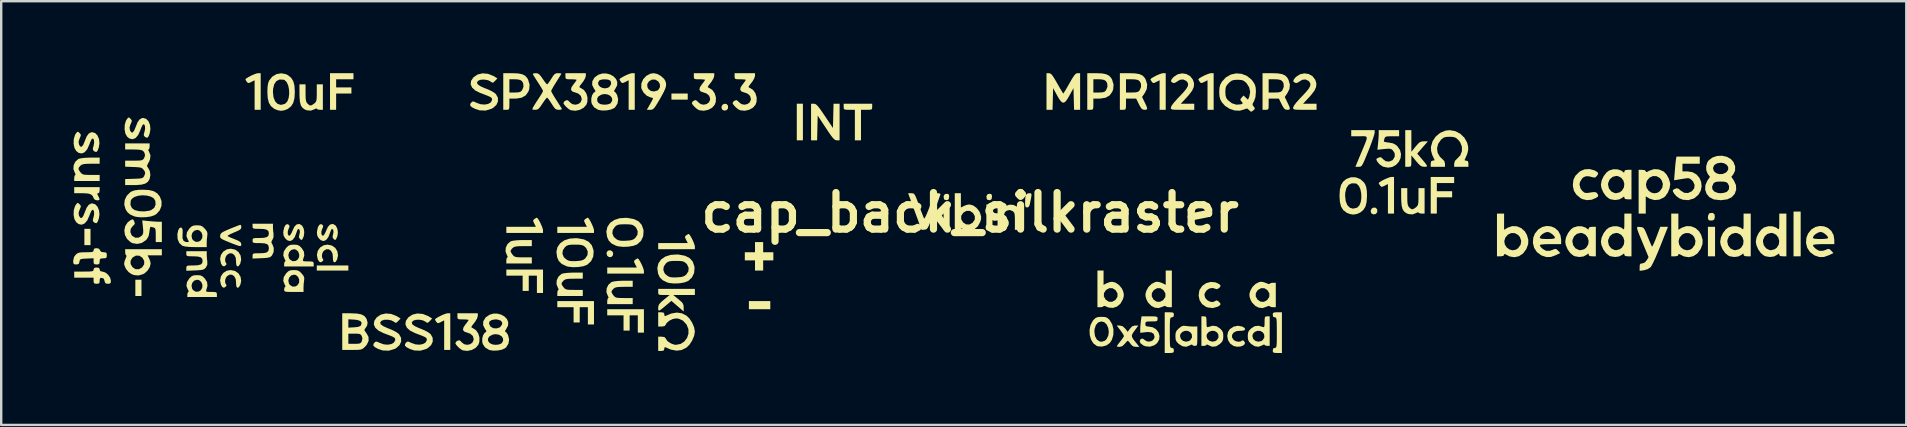
<source format=kicad_pcb>
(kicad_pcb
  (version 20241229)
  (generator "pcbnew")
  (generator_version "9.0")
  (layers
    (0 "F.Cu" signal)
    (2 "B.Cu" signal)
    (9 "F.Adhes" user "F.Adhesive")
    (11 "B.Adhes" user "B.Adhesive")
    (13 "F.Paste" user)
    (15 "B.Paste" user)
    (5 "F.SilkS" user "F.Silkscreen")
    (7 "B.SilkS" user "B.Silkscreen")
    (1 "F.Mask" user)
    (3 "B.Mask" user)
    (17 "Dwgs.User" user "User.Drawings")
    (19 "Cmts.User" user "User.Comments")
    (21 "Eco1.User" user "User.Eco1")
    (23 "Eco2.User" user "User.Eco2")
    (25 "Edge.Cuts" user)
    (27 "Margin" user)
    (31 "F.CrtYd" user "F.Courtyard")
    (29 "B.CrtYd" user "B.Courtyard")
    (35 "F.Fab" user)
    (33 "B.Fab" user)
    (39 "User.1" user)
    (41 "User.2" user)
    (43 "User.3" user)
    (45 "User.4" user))
  (footprint "cap_back_silkraster"
    (layer "F.Cu")
    (at 37.378 5.809)
    (property "Reference" "cap_back_silkraster" (at 0 0 0) (layer "F.SilkS") (effects (font (size 1.524 1.524) (thickness 0.3))))
    (attr board_only exclude_from_pos_files exclude_from_bom)
    (fp_poly (pts (xy -36.656 1.357) (xy -36.911 1.357) (xy -36.911 0.678) (xy -36.656 0.678)) (stroke (width 0) (type solid)) (fill yes) (layer "F.SilkS"))
    (fp_poly (pts (xy -34.532 3.477) (xy -34.787 3.477) (xy -34.787 2.799) (xy -34.532 2.799)) (stroke (width 0) (type solid)) (fill yes) (layer "F.SilkS"))
    (fp_poly (pts (xy -25.91 2.417) (xy -27.226 2.417) (xy -27.226 2.205) (xy -25.91 2.205)) (stroke (width 0) (type solid)) (fill yes) (layer "F.SilkS"))
    (fp_poly (pts (xy -11.766 -4.707) (xy -12.445 -4.707) (xy -12.445 -4.961) (xy -11.766 -4.961)) (stroke (width 0) (type solid)) (fill yes) (layer "F.SilkS"))
    (fp_poly (pts (xy -8.325 4.028) (xy -9.217 4.028) (xy -9.217 3.689) (xy -8.325 3.689)) (stroke (width 0) (type solid)) (fill yes) (layer "F.SilkS"))
    (fp_poly (pts (xy -6.966 -3.011) (xy -7.221 -3.011) (xy -7.221 -4.537) (xy -6.966 -4.537)) (stroke (width 0) (type solid)) (fill yes) (layer "F.SilkS"))
    (fp_poly (pts (xy -0.849 0.721) (xy -1.104 0.721) (xy -1.104 -0.339) (xy -0.849 -0.339)) (stroke (width 0) (type solid)) (fill yes) (layer "F.SilkS"))
    (fp_poly (pts (xy 0.934 0.721) (xy 0.68 0.721) (xy 0.68 -0.339) (xy 0.934 -0.339)) (stroke (width 0) (type solid)) (fill yes) (layer "F.SilkS"))
    (fp_poly (pts (xy 31.049 1.823) (xy 30.752 1.823) (xy 30.752 0.594) (xy 31.049 0.594)) (stroke (width 0) (type solid)) (fill yes) (layer "F.SilkS"))
    (fp_poly (pts (xy 34.617 1.823) (xy 34.32 1.823) (xy 34.32 -0.042) (xy 34.617 -0.042)) (stroke (width 0) (type solid)) (fill yes) (layer "F.SilkS"))
    (fp_poly (pts (xy -25.697 -5.555) (xy -26.419 -5.555) (xy -26.419 -5.216) (xy -25.782 -5.216) (xy -25.782 -4.961) (xy -26.419 -4.961) (xy -26.419 -4.283) (xy -26.674 -4.283) (xy -26.674 -5.809) (xy -25.697 -5.809)) (stroke (width 0) (type solid)) (fill yes) (layer "F.SilkS"))
    (fp_poly (pts (xy -17.797 3.35) (xy -18.052 3.35) (xy -18.052 2.629) (xy -18.392 2.629) (xy -18.392 3.265) (xy -18.646 3.265) (xy -18.646 2.629) (xy -19.326 2.629) (xy -19.326 2.375) (xy -17.797 2.375)) (stroke (width 0) (type solid)) (fill yes) (layer "F.SilkS"))
    (fp_poly (pts (xy -15.673 4.664) (xy -15.928 4.664) (xy -15.928 3.944) (xy -16.268 3.944) (xy -16.268 4.58) (xy -16.523 4.58) (xy -16.523 3.944) (xy -17.202 3.944) (xy -17.202 3.689) (xy -15.673 3.689)) (stroke (width 0) (type solid)) (fill yes) (layer "F.SilkS"))
    (fp_poly (pts (xy -13.592 5.004) (xy -13.847 5.004) (xy -13.847 4.283) (xy -14.187 4.283) (xy -14.187 4.919) (xy -14.441 4.919) (xy -14.441 4.283) (xy -15.121 4.283) (xy -15.121 4.028) (xy -13.592 4.028)) (stroke (width 0) (type solid)) (fill yes) (layer "F.SilkS"))
    (fp_poly (pts (xy 20.176 -1.23) (xy 19.454 -1.23) (xy 19.454 -0.89) (xy 20.091 -0.89) (xy 20.091 -0.636) (xy 19.454 -0.636) (xy 19.454 0.042) (xy 19.199 0.042) (xy 19.199 -1.484) (xy 20.176 -1.484)) (stroke (width 0) (type solid)) (fill yes) (layer "F.SilkS"))
    (fp_poly (pts (xy -14.92 1.607) (xy -14.874 1.687) (xy -14.873 1.691) (xy -14.89 1.795) (xy -14.957 1.854) (xy -15.046 1.856) (xy -15.119 1.804) (xy -15.149 1.716) (xy -15.142 1.653) (xy -15.086 1.585) (xy -15.001 1.571)) (stroke (width 0) (type solid)) (fill yes) (layer "F.SilkS"))
    (fp_poly (pts (xy -10.147 -4.523) (xy -10.089 -4.457) (xy -10.088 -4.453) (xy -10.086 -4.342) (xy -10.144 -4.269) (xy -10.239 -4.249) (xy -10.315 -4.278) (xy -10.353 -4.343) (xy -10.357 -4.415) (xy -10.313 -4.497) (xy -10.232 -4.535)) (stroke (width 0) (type solid)) (fill yes) (layer "F.SilkS"))
    (fp_poly (pts (xy -0.901 -0.771) (xy -0.873 -0.712) (xy -0.871 -0.657) (xy -0.886 -0.561) (xy -0.943 -0.521) (xy -0.966 -0.516) (xy -1.055 -0.531) (xy -1.087 -0.567) (xy -1.103 -0.684) (xy -1.056 -0.762) (xy -0.976 -0.784)) (stroke (width 0) (type solid)) (fill yes) (layer "F.SilkS"))
    (fp_poly (pts (xy 0.883 -0.771) (xy 0.911 -0.712) (xy 0.913 -0.657) (xy 0.898 -0.561) (xy 0.841 -0.521) (xy 0.817 -0.516) (xy 0.729 -0.531) (xy 0.697 -0.567) (xy 0.681 -0.684) (xy 0.728 -0.762) (xy 0.808 -0.784)) (stroke (width 0) (type solid)) (fill yes) (layer "F.SilkS"))
    (fp_poly (pts (xy 16.91 -0.198) (xy 16.967 -0.131) (xy 16.969 -0.128) (xy 16.97 -0.017) (xy 16.912 0.057) (xy 16.818 0.076) (xy 16.742 0.048) (xy 16.703 -0.018) (xy 16.7 -0.09) (xy 16.743 -0.172) (xy 16.824 -0.21)) (stroke (width 0) (type solid)) (fill yes) (layer "F.SilkS"))
    (fp_poly (pts (xy -8.622 1.654) (xy -8.198 1.654) (xy -8.198 1.993) (xy -8.622 1.993) (xy -8.622 2.417) (xy -8.962 2.417) (xy -8.962 1.993) (xy -9.387 1.993) (xy -9.387 1.654) (xy -8.962 1.654) (xy -8.962 1.23) (xy -8.622 1.23)) (stroke (width 0) (type solid)) (fill yes) (layer "F.SilkS"))
    (fp_poly (pts (xy 31.025 0.071) (xy 31.041 0.186) (xy 31.017 0.283) (xy 30.955 0.325) (xy 30.92 0.331) (xy 30.827 0.329) (xy 30.782 0.313) (xy 30.75 0.234) (xy 30.757 0.132) (xy 30.796 0.048) (xy 30.831 0.023) (xy 30.952 0.013)) (stroke (width 0) (type solid)) (fill yes) (layer "F.SilkS"))
    (fp_poly (pts (xy -29.563 -4.283) (xy -29.817 -4.283) (xy -29.817 -5.515) (xy -29.952 -5.445) (xy -30.045 -5.402) (xy -30.097 -5.403) (xy -30.14 -5.447) (xy -30.143 -5.452) (xy -30.188 -5.522) (xy -30.2 -5.552) (xy -30.164 -5.592) (xy -30.073 -5.649) (xy -29.952 -5.711) (xy -29.826 -5.766) (xy -29.719 -5.802) (xy -29.673 -5.809) (xy -29.563 -5.809)) (stroke (width 0) (type solid)) (fill yes) (layer "F.SilkS"))
    (fp_poly (pts (xy -21.662 5.725) (xy -21.917 5.725) (xy -21.917 4.493) (xy -22.052 4.562) (xy -22.145 4.605) (xy -22.196 4.605) (xy -22.24 4.56) (xy -22.243 4.555) (xy -22.288 4.485) (xy -22.299 4.455) (xy -22.264 4.415) (xy -22.173 4.358) (xy -22.052 4.296) (xy -21.926 4.241) (xy -21.819 4.205) (xy -21.773 4.198) (xy -21.662 4.198)) (stroke (width 0) (type solid)) (fill yes) (layer "F.SilkS"))
    (fp_poly (pts (xy -18.015 0.248) (xy -17.957 0.338) (xy -17.895 0.459) (xy -17.84 0.585) (xy -17.804 0.691) (xy -17.797 0.738) (xy -17.797 0.848) (xy -19.326 0.848) (xy -19.326 0.594) (xy -18.092 0.594) (xy -18.162 0.459) (xy -18.205 0.366) (xy -18.204 0.315) (xy -18.16 0.271) (xy -18.155 0.268) (xy -18.084 0.224) (xy -18.054 0.212)) (stroke (width 0) (type solid)) (fill yes) (layer "F.SilkS"))
    (fp_poly (pts (xy -15.891 0.248) (xy -15.834 0.338) (xy -15.772 0.459) (xy -15.717 0.585) (xy -15.681 0.691) (xy -15.673 0.738) (xy -15.673 0.848) (xy -17.202 0.848) (xy -17.202 0.594) (xy -15.968 0.594) (xy -16.038 0.459) (xy -16.081 0.366) (xy -16.081 0.315) (xy -16.036 0.271) (xy -16.031 0.268) (xy -15.961 0.224) (xy -15.931 0.212)) (stroke (width 0) (type solid)) (fill yes) (layer "F.SilkS"))
    (fp_poly (pts (xy -13.974 -4.283) (xy -14.229 -4.283) (xy -14.229 -5.515) (xy -14.364 -5.445) (xy -14.457 -5.402) (xy -14.509 -5.403) (xy -14.552 -5.447) (xy -14.555 -5.452) (xy -14.6 -5.522) (xy -14.611 -5.552) (xy -14.576 -5.592) (xy -14.485 -5.649) (xy -14.364 -5.711) (xy -14.238 -5.766) (xy -14.131 -5.802) (xy -14.085 -5.809) (xy -13.974 -5.809)) (stroke (width 0) (type solid)) (fill yes) (layer "F.SilkS"))
    (fp_poly (pts (xy -13.81 1.944) (xy -13.752 2.034) (xy -13.69 2.155) (xy -13.635 2.281) (xy -13.599 2.388) (xy -13.592 2.434) (xy -13.592 2.544) (xy -15.121 2.544) (xy -15.121 2.29) (xy -13.887 2.29) (xy -13.957 2.155) (xy -14 2.062) (xy -13.999 2.011) (xy -13.954 1.968) (xy -13.95 1.964) (xy -13.879 1.92) (xy -13.849 1.908)) (stroke (width 0) (type solid)) (fill yes) (layer "F.SilkS"))
    (fp_poly (pts (xy -11.686 0.926) (xy -11.629 1.017) (xy -11.567 1.137) (xy -11.512 1.263) (xy -11.476 1.37) (xy -11.468 1.416) (xy -11.468 1.527) (xy -12.997 1.527) (xy -12.997 1.272) (xy -11.763 1.272) (xy -11.833 1.137) (xy -11.876 1.045) (xy -11.876 0.993) (xy -11.831 0.95) (xy -11.826 0.947) (xy -11.756 0.902) (xy -11.726 0.891)) (stroke (width 0) (type solid)) (fill yes) (layer "F.SilkS"))
    (fp_poly (pts (xy -4.078 -4.41) (xy -4.082 -4.337) (xy -4.107 -4.299) (xy -4.176 -4.285) (xy -4.308 -4.283) (xy -4.545 -4.283) (xy -4.545 -3.011) (xy -4.8 -3.011) (xy -4.8 -4.283) (xy -5.033 -4.283) (xy -5.167 -4.285) (xy -5.236 -4.299) (xy -5.263 -4.336) (xy -5.267 -4.408) (xy -5.267 -4.41) (xy -5.267 -4.537) (xy -4.078 -4.537)) (stroke (width 0) (type solid)) (fill yes) (layer "F.SilkS"))
    (fp_poly (pts (xy 8.155 -4.283) (xy 7.9 -4.283) (xy 7.9 -5.515) (xy 7.765 -5.445) (xy 7.673 -5.402) (xy 7.621 -5.403) (xy 7.578 -5.447) (xy 7.574 -5.452) (xy 7.53 -5.522) (xy 7.518 -5.552) (xy 7.554 -5.592) (xy 7.645 -5.649) (xy 7.765 -5.711) (xy 7.892 -5.766) (xy 7.998 -5.802) (xy 8.045 -5.809) (xy 8.155 -5.809)) (stroke (width 0) (type solid)) (fill yes) (layer "F.SilkS"))
    (fp_poly (pts (xy 10.152 -4.283) (xy 9.897 -4.283) (xy 9.897 -5.515) (xy 9.762 -5.445) (xy 9.669 -5.402) (xy 9.617 -5.403) (xy 9.574 -5.447) (xy 9.571 -5.452) (xy 9.526 -5.522) (xy 9.514 -5.552) (xy 9.55 -5.592) (xy 9.641 -5.649) (xy 9.762 -5.711) (xy 9.888 -5.766) (xy 9.995 -5.802) (xy 10.041 -5.809) (xy 10.152 -5.809)) (stroke (width 0) (type solid)) (fill yes) (layer "F.SilkS"))
    (fp_poly (pts (xy 17.67 0.042) (xy 17.415 0.042) (xy 17.415 -1.189) (xy 17.28 -1.12) (xy 17.187 -1.077) (xy 17.135 -1.077) (xy 17.092 -1.122) (xy 17.089 -1.127) (xy 17.044 -1.197) (xy 17.032 -1.227) (xy 17.068 -1.267) (xy 17.159 -1.324) (xy 17.28 -1.386) (xy 17.406 -1.441) (xy 17.513 -1.477) (xy 17.559 -1.484) (xy 17.67 -1.484)) (stroke (width 0) (type solid)) (fill yes) (layer "F.SilkS"))
    (fp_poly (pts (xy 2.515 -0.804) (xy 2.548 -0.792) (xy 2.561 -0.753) (xy 2.555 -0.676) (xy 2.532 -0.545) (xy 2.49 -0.347) (xy 2.482 -0.307) (xy 2.433 -0.228) (xy 2.378 -0.212) (xy 2.326 -0.224) (xy 2.301 -0.274) (xy 2.294 -0.383) (xy 2.294 -0.413) (xy 2.301 -0.603) (xy 2.326 -0.722) (xy 2.374 -0.785) (xy 2.45 -0.805) (xy 2.463 -0.806)) (stroke (width 0) (type solid)) (fill yes) (layer "F.SilkS"))
    (fp_poly (pts (xy -36.274 -0.933) (xy -36.292 -0.833) (xy -36.335 -0.806) (xy -36.372 -0.796) (xy -36.365 -0.751) (xy -36.335 -0.689) (xy -36.285 -0.582) (xy -36.286 -0.528) (xy -36.341 -0.51) (xy -36.381 -0.509) (xy -36.478 -0.537) (xy -36.515 -0.583) (xy -36.565 -0.689) (xy -36.637 -0.756) (xy -36.748 -0.792) (xy -36.918 -0.805) (xy -37.002 -0.806) (xy -37.335 -0.806) (xy -37.335 -1.06) (xy -36.274 -1.06)) (stroke (width 0) (type solid)) (fill yes) (layer "F.SilkS"))
    (fp_poly (pts (xy -5.437 -3.011) (xy -5.554 -3.011) (xy -5.605 -3.02) (xy -5.658 -3.05) (xy -5.72 -3.114) (xy -5.803 -3.222) (xy -5.915 -3.385) (xy -6.01 -3.528) (xy -6.35 -4.043) (xy -6.374 -3.011) (xy -6.626 -3.011) (xy -6.626 -4.537) (xy -6.509 -4.536) (xy -6.457 -4.527) (xy -6.403 -4.495) (xy -6.338 -4.428) (xy -6.252 -4.318) (xy -6.137 -4.152) (xy -6.053 -4.028) (xy -5.713 -3.522) (xy -5.689 -4.537) (xy -5.437 -4.537)) (stroke (width 0) (type solid)) (fill yes) (layer "F.SilkS"))
    (fp_poly (pts (xy 16.863 -3.328) (xy 16.847 -3.253) (xy 16.804 -3.117) (xy 16.74 -2.933) (xy 16.659 -2.718) (xy 16.598 -2.564) (xy 16.5 -2.324) (xy 16.428 -2.15) (xy 16.373 -2.034) (xy 16.33 -1.962) (xy 16.291 -1.925) (xy 16.251 -1.91) (xy 16.201 -1.908) (xy 16.197 -1.908) (xy 16.06 -1.908) (xy 16.286 -2.453) (xy 16.395 -2.711) (xy 16.473 -2.9) (xy 16.52 -3.031) (xy 16.535 -3.114) (xy 16.517 -3.16) (xy 16.466 -3.179) (xy 16.38 -3.183) (xy 16.259 -3.18) (xy 16.228 -3.18) (xy 15.886 -3.18) (xy 15.886 -3.435) (xy 16.863 -3.435)) (stroke (width 0) (type solid)) (fill yes) (layer "F.SilkS"))
    (fp_poly (pts (xy -11.468 3.435) (xy -12.372 3.435) (xy -12.154 3.612) (xy -12.034 3.714) (xy -11.968 3.792) (xy -11.941 3.87) (xy -11.935 3.955) (xy -11.935 4.122) (xy -12.446 3.68) (xy -12.669 3.868) (xy -12.817 3.991) (xy -12.912 4.063) (xy -12.966 4.088) (xy -12.99 4.068) (xy -12.997 4.008) (xy -12.997 3.972) (xy -12.988 3.887) (xy -12.951 3.812) (xy -12.872 3.727) (xy -12.759 3.631) (xy -12.52 3.435) (xy -12.759 3.435) (xy -12.894 3.433) (xy -12.965 3.419) (xy -12.993 3.383) (xy -12.997 3.314) (xy -12.997 3.308) (xy -12.997 3.18) (xy -11.468 3.18)) (stroke (width 0) (type solid)) (fill yes) (layer "F.SilkS"))
    (fp_poly (pts (xy 8.422 4.16) (xy 8.478 4.182) (xy 8.494 4.233) (xy 8.495 4.262) (xy 8.475 4.345) (xy 8.41 4.368) (xy 8.377 4.372) (xy 8.354 4.393) (xy 8.339 4.443) (xy 8.331 4.535) (xy 8.326 4.682) (xy 8.325 4.896) (xy 8.325 5.004) (xy 8.326 5.248) (xy 8.328 5.42) (xy 8.335 5.533) (xy 8.347 5.599) (xy 8.367 5.63) (xy 8.396 5.639) (xy 8.41 5.64) (xy 8.477 5.665) (xy 8.495 5.746) (xy 8.487 5.811) (xy 8.448 5.842) (xy 8.355 5.851) (xy 8.304 5.852) (xy 8.113 5.852) (xy 8.113 4.156) (xy 8.304 4.156)) (stroke (width 0) (type solid)) (fill yes) (layer "F.SilkS"))
    (fp_poly (pts (xy 12.997 5.852) (xy 12.806 5.852) (xy 12.688 5.847) (xy 12.632 5.826) (xy 12.616 5.774) (xy 12.615 5.746) (xy 12.635 5.663) (xy 12.7 5.64) (xy 12.733 5.636) (xy 12.756 5.615) (xy 12.771 5.564) (xy 12.779 5.472) (xy 12.784 5.326) (xy 12.785 5.112) (xy 12.785 5.004) (xy 12.784 4.759) (xy 12.782 4.587) (xy 12.775 4.474) (xy 12.763 4.409) (xy 12.743 4.377) (xy 12.714 4.368) (xy 12.7 4.368) (xy 12.633 4.343) (xy 12.615 4.262) (xy 12.623 4.196) (xy 12.662 4.165) (xy 12.755 4.156) (xy 12.806 4.156) (xy 12.997 4.156)) (stroke (width 0) (type solid)) (fill yes) (layer "F.SilkS"))
    (fp_poly (pts (xy 18.392 -2.533) (xy 18.569 -2.751) (xy 18.672 -2.87) (xy 18.75 -2.936) (xy 18.827 -2.963) (xy 18.913 -2.968) (xy 19.08 -2.968) (xy 18.637 -2.458) (xy 18.825 -2.236) (xy 18.949 -2.088) (xy 19.021 -1.993) (xy 19.046 -1.94) (xy 19.026 -1.915) (xy 18.966 -1.908) (xy 18.93 -1.908) (xy 18.845 -1.917) (xy 18.77 -1.954) (xy 18.685 -2.034) (xy 18.588 -2.146) (xy 18.392 -2.384) (xy 18.392 -2.146) (xy 18.39 -2.011) (xy 18.376 -1.94) (xy 18.34 -1.913) (xy 18.271 -1.908) (xy 18.264 -1.908) (xy 18.137 -1.908) (xy 18.137 -3.435) (xy 18.392 -3.435)) (stroke (width 0) (type solid)) (fill yes) (layer "F.SilkS"))
    (fp_poly (pts (xy -30.633 1.542) (xy -30.492 1.641) (xy -30.402 1.787) (xy -30.376 1.96) (xy -30.413 2.123) (xy -30.475 2.223) (xy -30.533 2.245) (xy -30.576 2.195) (xy -30.591 2.077) (xy -30.589 2.041) (xy -30.604 1.883) (xy -30.665 1.766) (xy -30.757 1.701) (xy -30.865 1.698) (xy -30.973 1.768) (xy -30.979 1.774) (xy -31.03 1.868) (xy -31.048 1.979) (xy -31.03 2.071) (xy -31.005 2.1) (xy -30.986 2.148) (xy -31.01 2.188) (xy -31.089 2.243) (xy -31.162 2.215) (xy -31.219 2.121) (xy -31.256 1.936) (xy -31.22 1.765) (xy -31.123 1.626) (xy -30.976 1.533) (xy -30.816 1.505)) (stroke (width 0) (type solid)) (fill yes) (layer "F.SilkS"))
    (fp_poly (pts (xy -30.633 2.433) (xy -30.492 2.532) (xy -30.402 2.677) (xy -30.376 2.851) (xy -30.413 3.013) (xy -30.475 3.114) (xy -30.533 3.136) (xy -30.576 3.085) (xy -30.591 2.967) (xy -30.589 2.931) (xy -30.604 2.773) (xy -30.665 2.656) (xy -30.757 2.591) (xy -30.865 2.588) (xy -30.973 2.658) (xy -30.979 2.664) (xy -31.03 2.758) (xy -31.048 2.87) (xy -31.03 2.962) (xy -31.005 2.991) (xy -30.986 3.038) (xy -31.01 3.078) (xy -31.089 3.134) (xy -31.162 3.106) (xy -31.219 3.011) (xy -31.256 2.827) (xy -31.22 2.656) (xy -31.123 2.516) (xy -30.976 2.424) (xy -30.816 2.396)) (stroke (width 0) (type solid)) (fill yes) (layer "F.SilkS"))
    (fp_poly (pts (xy -26.598 1.373) (xy -26.457 1.472) (xy -26.367 1.617) (xy -26.341 1.791) (xy -26.378 1.953) (xy -26.439 2.054) (xy -26.498 2.076) (xy -26.541 2.025) (xy -26.556 1.907) (xy -26.554 1.871) (xy -26.569 1.713) (xy -26.63 1.596) (xy -26.722 1.531) (xy -26.829 1.528) (xy -26.938 1.598) (xy -26.944 1.604) (xy -26.995 1.698) (xy -27.013 1.81) (xy -26.995 1.902) (xy -26.97 1.931) (xy -26.95 1.978) (xy -26.975 2.018) (xy -27.054 2.074) (xy -27.127 2.045) (xy -27.184 1.951) (xy -27.221 1.767) (xy -27.185 1.596) (xy -27.088 1.456) (xy -26.941 1.364) (xy -26.78 1.336)) (stroke (width 0) (type solid)) (fill yes) (layer "F.SilkS"))
    (fp_poly (pts (xy 11.343 4.75) (xy 11.444 4.812) (xy 11.466 4.87) (xy 11.415 4.913) (xy 11.297 4.928) (xy 11.261 4.926) (xy 11.103 4.941) (xy 10.986 5.002) (xy 10.921 5.093) (xy 10.918 5.201) (xy 10.988 5.31) (xy 10.994 5.315) (xy 11.088 5.366) (xy 11.2 5.384) (xy 11.292 5.366) (xy 11.321 5.341) (xy 11.369 5.322) (xy 11.408 5.346) (xy 11.459 5.421) (xy 11.44 5.491) (xy 11.369 5.548) (xy 11.26 5.584) (xy 11.129 5.591) (xy 10.993 5.562) (xy 10.98 5.557) (xy 10.839 5.459) (xy 10.751 5.313) (xy 10.72 5.145) (xy 10.751 4.978) (xy 10.827 4.859) (xy 10.979 4.756) (xy 11.162 4.717)) (stroke (width 0) (type solid)) (fill yes) (layer "F.SilkS"))
    (fp_poly (pts (xy -31.813 1.749) (xy -31.806 1.893) (xy -31.789 2.037) (xy -31.787 2.173) (xy -31.843 2.283) (xy -31.849 2.291) (xy -31.899 2.343) (xy -31.961 2.376) (xy -32.057 2.395) (xy -32.207 2.407) (xy -32.298 2.411) (xy -32.663 2.426) (xy -32.663 2.315) (xy -32.659 2.257) (xy -32.634 2.224) (xy -32.57 2.209) (xy -32.448 2.205) (xy -32.374 2.205) (xy -32.184 2.196) (xy -32.064 2.165) (xy -32.001 2.106) (xy -31.984 2.014) (xy -32.002 1.921) (xy -32.065 1.862) (xy -32.186 1.832) (xy -32.374 1.823) (xy -32.527 1.822) (xy -32.613 1.812) (xy -32.652 1.788) (xy -32.663 1.742) (xy -32.663 1.717) (xy -32.663 1.611) (xy -31.811 1.611)) (stroke (width 0) (type solid)) (fill yes) (layer "F.SilkS"))
    (fp_poly (pts (xy 1.805 -0.319) (xy 1.954 -0.25) (xy 2.062 -0.129) (xy 2.073 -0.107) (xy 2.097 -0.013) (xy 2.115 0.137) (xy 2.123 0.315) (xy 2.124 0.362) (xy 2.124 0.721) (xy 1.869 0.721) (xy 1.869 0.361) (xy 1.867 0.184) (xy 1.858 0.071) (xy 1.837 0.003) (xy 1.8 -0.041) (xy 1.768 -0.064) (xy 1.657 -0.107) (xy 1.562 -0.089) (xy 1.488 -0.051) (xy 1.441 0.008) (xy 1.415 0.106) (xy 1.403 0.259) (xy 1.402 0.406) (xy 1.402 0.721) (xy 1.147 0.721) (xy 1.147 -0.297) (xy 1.274 -0.297) (xy 1.364 -0.284) (xy 1.402 -0.253) (xy 1.402 -0.252) (xy 1.43 -0.24) (xy 1.496 -0.273) (xy 1.644 -0.33)) (stroke (width 0) (type solid)) (fill yes) (layer "F.SilkS"))
    (fp_poly (pts (xy -27.694 -4.982) (xy -27.691 -4.797) (xy -27.679 -4.676) (xy -27.654 -4.598) (xy -27.612 -4.541) (xy -27.609 -4.537) (xy -27.53 -4.471) (xy -27.463 -4.462) (xy -27.376 -4.511) (xy -27.338 -4.54) (xy -27.283 -4.589) (xy -27.25 -4.644) (xy -27.233 -4.727) (xy -27.227 -4.859) (xy -27.226 -4.986) (xy -27.226 -5.343) (xy -26.972 -5.343) (xy -26.972 -4.283) (xy -27.099 -4.283) (xy -27.188 -4.296) (xy -27.226 -4.327) (xy -27.226 -4.328) (xy -27.255 -4.34) (xy -27.321 -4.306) (xy -27.474 -4.248) (xy -27.645 -4.263) (xy -27.731 -4.3) (xy -27.826 -4.37) (xy -27.89 -4.469) (xy -27.927 -4.611) (xy -27.944 -4.812) (xy -27.947 -4.951) (xy -27.948 -5.343) (xy -27.694 -5.343)) (stroke (width 0) (type solid)) (fill yes) (layer "F.SilkS"))
    (fp_poly (pts (xy 18.222 -0.657) (xy 18.225 -0.472) (xy 18.237 -0.351) (xy 18.261 -0.272) (xy 18.303 -0.216) (xy 18.307 -0.212) (xy 18.386 -0.145) (xy 18.453 -0.137) (xy 18.539 -0.186) (xy 18.577 -0.215) (xy 18.632 -0.264) (xy 18.665 -0.319) (xy 18.682 -0.402) (xy 18.688 -0.534) (xy 18.689 -0.66) (xy 18.689 -1.018) (xy 18.944 -1.018) (xy 18.944 0.042) (xy 18.816 0.042) (xy 18.727 0.029) (xy 18.689 -0.002) (xy 18.689 -0.002) (xy 18.66 -0.015) (xy 18.595 0.019) (xy 18.441 0.077) (xy 18.27 0.062) (xy 18.184 0.026) (xy 18.089 -0.045) (xy 18.026 -0.143) (xy 17.988 -0.285) (xy 17.971 -0.487) (xy 17.968 -0.625) (xy 17.967 -1.018) (xy 18.222 -1.018)) (stroke (width 0) (type solid)) (fill yes) (layer "F.SilkS"))
    (fp_poly (pts (xy -36.274 -2.035) (xy -36.635 -2.035) (xy -36.82 -2.032) (xy -36.941 -2.02) (xy -37.02 -1.996) (xy -37.077 -1.954) (xy -37.081 -1.951) (xy -37.147 -1.872) (xy -37.156 -1.805) (xy -37.107 -1.718) (xy -37.078 -1.681) (xy -37.028 -1.626) (xy -36.973 -1.593) (xy -36.89 -1.576) (xy -36.758 -1.57) (xy -36.632 -1.569) (xy -36.274 -1.569) (xy -36.274 -1.315) (xy -37.335 -1.315) (xy -37.335 -1.442) (xy -37.322 -1.531) (xy -37.291 -1.569) (xy -37.291 -1.569) (xy -37.278 -1.598) (xy -37.312 -1.663) (xy -37.368 -1.811) (xy -37.358 -1.972) (xy -37.289 -2.12) (xy -37.168 -2.228) (xy -37.146 -2.239) (xy -37.053 -2.262) (xy -36.903 -2.28) (xy -36.722 -2.289) (xy -36.654 -2.29) (xy -36.274 -2.29)) (stroke (width 0) (type solid)) (fill yes) (layer "F.SilkS"))
    (fp_poly (pts (xy -18.264 1.399) (xy -18.625 1.399) (xy -18.811 1.402) (xy -18.932 1.414) (xy -19.011 1.439) (xy -19.067 1.48) (xy -19.071 1.484) (xy -19.138 1.563) (xy -19.147 1.63) (xy -19.097 1.716) (xy -19.068 1.754) (xy -19.019 1.809) (xy -18.964 1.842) (xy -18.881 1.859) (xy -18.749 1.865) (xy -18.622 1.866) (xy -18.264 1.866) (xy -18.264 2.12) (xy -19.326 2.12) (xy -19.326 1.993) (xy -19.313 1.904) (xy -19.282 1.866) (xy -19.281 1.866) (xy -19.269 1.837) (xy -19.302 1.772) (xy -19.359 1.624) (xy -19.349 1.463) (xy -19.279 1.315) (xy -19.158 1.207) (xy -19.136 1.196) (xy -19.044 1.173) (xy -18.893 1.155) (xy -18.712 1.146) (xy -18.644 1.145) (xy -18.264 1.145)) (stroke (width 0) (type solid)) (fill yes) (layer "F.SilkS"))
    (fp_poly (pts (xy -16.14 2.756) (xy -16.502 2.756) (xy -16.687 2.759) (xy -16.808 2.771) (xy -16.887 2.796) (xy -16.944 2.837) (xy -16.947 2.841) (xy -17.014 2.92) (xy -17.023 2.987) (xy -16.973 3.073) (xy -16.944 3.111) (xy -16.895 3.166) (xy -16.84 3.199) (xy -16.757 3.216) (xy -16.625 3.222) (xy -16.498 3.223) (xy -16.14 3.223) (xy -16.14 3.477) (xy -17.202 3.477) (xy -17.202 3.35) (xy -17.189 3.261) (xy -17.158 3.223) (xy -17.157 3.223) (xy -17.145 3.194) (xy -17.179 3.128) (xy -17.235 2.981) (xy -17.225 2.82) (xy -17.155 2.672) (xy -17.035 2.564) (xy -17.012 2.552) (xy -16.92 2.529) (xy -16.769 2.512) (xy -16.589 2.503) (xy -16.521 2.502) (xy -16.14 2.502)) (stroke (width 0) (type solid)) (fill yes) (layer "F.SilkS"))
    (fp_poly (pts (xy -14.059 3.095) (xy -14.42 3.095) (xy -14.606 3.099) (xy -14.727 3.11) (xy -14.806 3.135) (xy -14.862 3.177) (xy -14.866 3.18) (xy -14.933 3.259) (xy -14.942 3.326) (xy -14.892 3.412) (xy -14.863 3.45) (xy -14.814 3.505) (xy -14.759 3.538) (xy -14.676 3.555) (xy -14.544 3.561) (xy -14.417 3.562) (xy -14.059 3.562) (xy -14.059 3.816) (xy -15.121 3.816) (xy -15.121 3.689) (xy -15.108 3.6) (xy -15.077 3.562) (xy -15.076 3.562) (xy -15.064 3.533) (xy -15.097 3.468) (xy -15.154 3.32) (xy -15.144 3.159) (xy -15.074 3.011) (xy -14.953 2.903) (xy -14.931 2.892) (xy -14.839 2.869) (xy -14.688 2.851) (xy -14.507 2.842) (xy -14.439 2.841) (xy -14.059 2.841)) (stroke (width 0) (type solid)) (fill yes) (layer "F.SilkS"))
    (fp_poly (pts (xy 3.341 -5.798) (xy 3.395 -5.758) (xy 3.459 -5.675) (xy 3.544 -5.538) (xy 3.632 -5.385) (xy 3.727 -5.218) (xy 3.807 -5.082) (xy 3.864 -4.991) (xy 3.886 -4.961) (xy 3.912 -4.996) (xy 3.971 -5.09) (xy 4.052 -5.229) (xy 4.141 -5.385) (xy 4.249 -5.573) (xy 4.329 -5.697) (xy 4.39 -5.77) (xy 4.442 -5.803) (xy 4.483 -5.809) (xy 4.587 -5.809) (xy 4.587 -4.283) (xy 4.335 -4.283) (xy 4.311 -5.187) (xy 4.145 -4.883) (xy 4.05 -4.721) (xy 3.977 -4.626) (xy 3.916 -4.584) (xy 3.886 -4.58) (xy 3.827 -4.599) (xy 3.761 -4.667) (xy 3.678 -4.794) (xy 3.628 -4.883) (xy 3.462 -5.187) (xy 3.438 -4.283) (xy 3.186 -4.283) (xy 3.186 -5.809) (xy 3.289 -5.809)) (stroke (width 0) (type solid)) (fill yes) (layer "F.SilkS"))
    (fp_poly (pts (xy -30.378 0.545) (xy -30.37 0.608) (xy -30.382 0.665) (xy -30.43 0.715) (xy -30.528 0.768) (xy -30.666 0.826) (xy -30.804 0.887) (xy -30.903 0.939) (xy -30.943 0.972) (xy -30.943 0.976) (xy -30.896 1.006) (xy -30.792 1.053) (xy -30.664 1.104) (xy -30.501 1.172) (xy -30.407 1.235) (xy -30.372 1.303) (xy -30.377 1.372) (xy -30.398 1.394) (xy -30.455 1.392) (xy -30.56 1.361) (xy -30.725 1.299) (xy -30.828 1.258) (xy -31.018 1.18) (xy -31.143 1.123) (xy -31.215 1.079) (xy -31.248 1.039) (xy -31.255 0.992) (xy -31.253 0.962) (xy -31.24 0.904) (xy -31.205 0.856) (xy -31.133 0.807) (xy -31.011 0.748) (xy -30.841 0.675) (xy -30.67 0.606) (xy -30.528 0.55) (xy -30.434 0.516) (xy -30.406 0.509)) (stroke (width 0) (type solid)) (fill yes) (layer "F.SilkS"))
    (fp_poly (pts (xy -18.845 -5.8) (xy -18.668 -5.766) (xy -18.542 -5.703) (xy -18.454 -5.604) (xy -18.419 -5.54) (xy -18.356 -5.333) (xy -18.373 -5.135) (xy -18.414 -5.029) (xy -18.525 -4.878) (xy -18.692 -4.786) (xy -18.918 -4.75) (xy -18.961 -4.749) (xy -19.199 -4.749) (xy -19.199 -4.516) (xy -19.201 -4.383) (xy -19.215 -4.313) (xy -19.252 -4.287) (xy -19.324 -4.283) (xy -19.454 -4.283) (xy -19.454 -5.004) (xy -19.199 -5.004) (xy -18.967 -5.004) (xy -18.823 -5.01) (xy -18.735 -5.035) (xy -18.678 -5.088) (xy -18.67 -5.098) (xy -18.611 -5.242) (xy -18.622 -5.386) (xy -18.674 -5.477) (xy -18.753 -5.529) (xy -18.882 -5.552) (xy -18.972 -5.555) (xy -19.199 -5.555) (xy -19.199 -5.004) (xy -19.454 -5.004) (xy -19.454 -5.809) (xy -19.09 -5.809)) (stroke (width 0) (type solid)) (fill yes) (layer "F.SilkS"))
    (fp_poly (pts (xy 5.493 -5.8) (xy 5.67 -5.766) (xy 5.796 -5.703) (xy 5.884 -5.604) (xy 5.92 -5.54) (xy 5.982 -5.333) (xy 5.965 -5.135) (xy 5.925 -5.029) (xy 5.813 -4.878) (xy 5.647 -4.786) (xy 5.42 -4.75) (xy 5.377 -4.749) (xy 5.139 -4.749) (xy 5.139 -4.516) (xy 5.137 -4.383) (xy 5.123 -4.313) (xy 5.086 -4.287) (xy 5.014 -4.283) (xy 4.885 -4.283) (xy 4.885 -5.004) (xy 5.139 -5.004) (xy 5.371 -5.004) (xy 5.515 -5.01) (xy 5.603 -5.035) (xy 5.661 -5.088) (xy 5.668 -5.098) (xy 5.727 -5.242) (xy 5.717 -5.386) (xy 5.664 -5.477) (xy 5.585 -5.529) (xy 5.456 -5.552) (xy 5.366 -5.555) (xy 5.139 -5.555) (xy 5.139 -5.004) (xy 4.885 -5.004) (xy 4.885 -5.809) (xy 5.248 -5.809)) (stroke (width 0) (type solid)) (fill yes) (layer "F.SilkS"))
    (fp_poly (pts (xy 10.224 2.908) (xy 10.314 2.944) (xy 10.416 3.006) (xy 10.442 3.061) (xy 10.398 3.127) (xy 10.374 3.15) (xy 10.287 3.194) (xy 10.235 3.179) (xy 10.104 3.14) (xy 9.968 3.167) (xy 9.852 3.247) (xy 9.781 3.365) (xy 9.769 3.441) (xy 9.803 3.559) (xy 9.89 3.655) (xy 10.005 3.716) (xy 10.125 3.73) (xy 10.225 3.683) (xy 10.227 3.682) (xy 10.281 3.658) (xy 10.353 3.7) (xy 10.363 3.709) (xy 10.434 3.788) (xy 10.432 3.846) (xy 10.355 3.905) (xy 10.324 3.921) (xy 10.122 3.98) (xy 9.908 3.955) (xy 9.826 3.924) (xy 9.669 3.814) (xy 9.567 3.653) (xy 9.526 3.461) (xy 9.553 3.26) (xy 9.57 3.213) (xy 9.681 3.052) (xy 9.841 2.941) (xy 10.03 2.891)) (stroke (width 0) (type solid)) (fill yes) (layer "F.SilkS"))
    (fp_poly (pts (xy -36.308 2.303) (xy -36.275 2.353) (xy -36.274 2.375) (xy -36.25 2.44) (xy -36.165 2.459) (xy -36.164 2.459) (xy -36.04 2.497) (xy -35.923 2.591) (xy -35.837 2.716) (xy -35.806 2.838) (xy -35.816 2.929) (xy -35.863 2.964) (xy -35.931 2.968) (xy -36.023 2.955) (xy -36.061 2.897) (xy -36.069 2.852) (xy -36.104 2.756) (xy -36.178 2.722) (xy -36.245 2.725) (xy -36.271 2.777) (xy -36.274 2.838) (xy -36.284 2.93) (xy -36.331 2.964) (xy -36.401 2.968) (xy -36.491 2.958) (xy -36.525 2.908) (xy -36.528 2.841) (xy -36.528 2.714) (xy -37.335 2.714) (xy -37.335 2.459) (xy -36.932 2.459) (xy -36.744 2.458) (xy -36.626 2.452) (xy -36.561 2.438) (xy -36.534 2.412) (xy -36.528 2.375) (xy -36.508 2.313) (xy -36.434 2.291) (xy -36.401 2.29)) (stroke (width 0) (type solid)) (fill yes) (layer "F.SilkS"))
    (fp_poly (pts (xy 9.016 -5.774) (xy 9.173 -5.686) (xy 9.286 -5.54) (xy 9.288 -5.537) (xy 9.336 -5.386) (xy 9.326 -5.238) (xy 9.255 -5.079) (xy 9.116 -4.897) (xy 9.04 -4.812) (xy 8.783 -4.537) (xy 9.344 -4.537) (xy 9.344 -4.283) (xy 8.856 -4.283) (xy 8.646 -4.284) (xy 8.507 -4.287) (xy 8.425 -4.297) (xy 8.383 -4.316) (xy 8.369 -4.346) (xy 8.368 -4.375) (xy 8.4 -4.453) (xy 8.493 -4.578) (xy 8.642 -4.746) (xy 8.729 -4.836) (xy 8.906 -5.025) (xy 9.022 -5.17) (xy 9.081 -5.282) (xy 9.087 -5.372) (xy 9.047 -5.449) (xy 9.012 -5.485) (xy 8.886 -5.548) (xy 8.748 -5.534) (xy 8.639 -5.466) (xy 8.53 -5.402) (xy 8.456 -5.405) (xy 8.382 -5.452) (xy 8.382 -5.523) (xy 8.458 -5.625) (xy 8.49 -5.656) (xy 8.654 -5.763) (xy 8.836 -5.801)) (stroke (width 0) (type solid)) (fill yes) (layer "F.SilkS"))
    (fp_poly (pts (xy 14.113 -5.774) (xy 14.27 -5.686) (xy 14.383 -5.54) (xy 14.385 -5.537) (xy 14.433 -5.386) (xy 14.423 -5.238) (xy 14.352 -5.079) (xy 14.213 -4.897) (xy 14.137 -4.812) (xy 13.88 -4.537) (xy 14.441 -4.537) (xy 14.441 -4.283) (xy 13.953 -4.283) (xy 13.743 -4.284) (xy 13.604 -4.287) (xy 13.521 -4.297) (xy 13.48 -4.316) (xy 13.466 -4.346) (xy 13.465 -4.375) (xy 13.497 -4.453) (xy 13.59 -4.578) (xy 13.739 -4.746) (xy 13.826 -4.836) (xy 14.003 -5.025) (xy 14.119 -5.17) (xy 14.178 -5.282) (xy 14.184 -5.372) (xy 14.144 -5.449) (xy 14.109 -5.485) (xy 13.983 -5.548) (xy 13.845 -5.534) (xy 13.736 -5.466) (xy 13.627 -5.402) (xy 13.553 -5.405) (xy 13.479 -5.452) (xy 13.479 -5.523) (xy 13.555 -5.625) (xy 13.587 -5.656) (xy 13.751 -5.763) (xy 13.933 -5.801)) (stroke (width 0) (type solid)) (fill yes) (layer "F.SilkS"))
    (fp_poly (pts (xy 26.013 -1.762) (xy 26.09 -1.721) (xy 26.165 -1.664) (xy 26.177 -1.616) (xy 26.135 -1.541) (xy 26.064 -1.466) (xy 25.984 -1.462) (xy 25.977 -1.464) (xy 25.794 -1.512) (xy 25.662 -1.513) (xy 25.559 -1.466) (xy 25.508 -1.419) (xy 25.418 -1.271) (xy 25.4 -1.166) (xy 25.44 -1.009) (xy 25.508 -0.913) (xy 25.596 -0.836) (xy 25.686 -0.814) (xy 25.774 -0.823) (xy 25.935 -0.848) (xy 26.034 -0.854) (xy 26.093 -0.84) (xy 26.133 -0.803) (xy 26.149 -0.78) (xy 26.183 -0.713) (xy 26.163 -0.665) (xy 26.093 -0.613) (xy 25.908 -0.535) (xy 25.706 -0.518) (xy 25.517 -0.562) (xy 25.446 -0.6) (xy 25.271 -0.746) (xy 25.169 -0.903) (xy 25.127 -1.091) (xy 25.124 -1.166) (xy 25.148 -1.37) (xy 25.229 -1.535) (xy 25.378 -1.682) (xy 25.446 -1.732) (xy 25.619 -1.803) (xy 25.818 -1.813)) (stroke (width 0) (type solid)) (fill yes) (layer "F.SilkS"))
    (fp_poly (pts (xy 28.773 1.387) (xy 28.667 1.647) (xy 28.567 1.88) (xy 28.478 2.072) (xy 28.407 2.21) (xy 28.359 2.281) (xy 28.234 2.361) (xy 28.082 2.405) (xy 27.906 2.428) (xy 27.906 2.274) (xy 27.913 2.171) (xy 27.946 2.128) (xy 28.013 2.12) (xy 28.119 2.084) (xy 28.199 1.99) (xy 28.279 1.859) (xy 28.056 1.322) (xy 27.949 1.064) (xy 27.872 0.875) (xy 27.823 0.744) (xy 27.8 0.661) (xy 27.801 0.615) (xy 27.825 0.597) (xy 27.87 0.596) (xy 27.928 0.601) (xy 28.001 0.61) (xy 28.054 0.632) (xy 28.099 0.682) (xy 28.147 0.775) (xy 28.209 0.926) (xy 28.241 1.004) (xy 28.309 1.172) (xy 28.368 1.309) (xy 28.408 1.397) (xy 28.421 1.419) (xy 28.445 1.392) (xy 28.491 1.301) (xy 28.551 1.16) (xy 28.606 1.019) (xy 28.766 0.594) (xy 29.086 0.594)) (stroke (width 0) (type solid)) (fill yes) (layer "F.SilkS"))
    (fp_poly (pts (xy -2.389 -0.803) (xy -2.345 -0.787) (xy -2.306 -0.744) (xy -2.264 -0.662) (xy -2.21 -0.527) (xy -2.136 -0.327) (xy -2.128 -0.304) (xy -2.056 -0.108) (xy -1.992 0.06) (xy -1.943 0.184) (xy -1.916 0.247) (xy -1.915 0.249) (xy -1.89 0.231) (xy -1.843 0.143) (xy -1.779 -0.003) (xy -1.703 -0.195) (xy -1.681 -0.253) (xy -1.6 -0.473) (xy -1.54 -0.625) (xy -1.495 -0.722) (xy -1.456 -0.776) (xy -1.416 -0.8) (xy -1.369 -0.806) (xy -1.355 -0.806) (xy -1.268 -0.796) (xy -1.232 -0.774) (xy -1.246 -0.726) (xy -1.286 -0.611) (xy -1.345 -0.444) (xy -1.42 -0.237) (xy -1.499 -0.021) (xy -1.594 0.235) (xy -1.666 0.422) (xy -1.721 0.551) (xy -1.764 0.634) (xy -1.802 0.681) (xy -1.84 0.703) (xy -1.885 0.711) (xy -1.893 0.712) (xy -2.02 0.725) (xy -2.581 -0.806) (xy -2.445 -0.806)) (stroke (width 0) (type solid)) (fill yes) (layer "F.SilkS"))
    (fp_poly (pts (xy 6.358 4.736) (xy 6.465 4.834) (xy 6.468 4.838) (xy 6.571 4.97) (xy 6.665 4.838) (xy 6.76 4.74) (xy 6.87 4.707) (xy 6.887 4.707) (xy 7.016 4.707) (xy 6.86 4.918) (xy 6.78 5.032) (xy 6.742 5.114) (xy 6.75 5.189) (xy 6.805 5.282) (xy 6.911 5.417) (xy 6.912 5.417) (xy 7.057 5.597) (xy 6.916 5.597) (xy 6.798 5.577) (xy 6.711 5.5) (xy 6.69 5.47) (xy 6.626 5.386) (xy 6.579 5.344) (xy 6.574 5.343) (xy 6.531 5.374) (xy 6.465 5.45) (xy 6.449 5.47) (xy 6.343 5.57) (xy 6.236 5.597) (xy 6.15 5.59) (xy 6.116 5.573) (xy 6.141 5.529) (xy 6.205 5.442) (xy 6.265 5.367) (xy 6.347 5.259) (xy 6.401 5.175) (xy 6.414 5.143) (xy 6.39 5.089) (xy 6.327 4.992) (xy 6.263 4.904) (xy 6.112 4.707) (xy 6.239 4.707)) (stroke (width 0) (type solid)) (fill yes) (layer "F.SilkS"))
    (fp_poly (pts (xy -28.047 2.405) (xy -27.953 2.446) (xy -27.858 2.537) (xy -27.856 2.539) (xy -27.775 2.642) (xy -27.746 2.73) (xy -27.755 2.836) (xy -27.773 2.991) (xy -27.779 3.148) (xy -27.777 3.308) (xy -28.181 3.308) (xy -28.368 3.307) (xy -28.486 3.302) (xy -28.551 3.288) (xy -28.579 3.262) (xy -28.586 3.22) (xy -28.586 3.202) (xy -28.57 3.122) (xy -28.541 3.095) (xy -28.528 3.067) (xy -28.562 3.001) (xy -28.623 2.848) (xy -28.621 2.833) (xy -28.412 2.833) (xy -28.386 2.958) (xy -28.345 3.018) (xy -28.234 3.087) (xy -28.109 3.078) (xy -28.026 3.025) (xy -27.962 2.921) (xy -27.958 2.798) (xy -28.003 2.685) (xy -28.09 2.606) (xy -28.175 2.587) (xy -28.296 2.622) (xy -28.378 2.713) (xy -28.412 2.833) (xy -28.621 2.833) (xy -28.602 2.688) (xy -28.504 2.534) (xy -28.411 2.445) (xy -28.316 2.405) (xy -28.182 2.396)) (stroke (width 0) (type solid)) (fill yes) (layer "F.SilkS"))
    (fp_poly (pts (xy 5.619 4.353) (xy 5.712 4.384) (xy 5.793 4.453) (xy 5.818 4.48) (xy 5.925 4.658) (xy 5.977 4.871) (xy 5.972 5.095) (xy 5.912 5.302) (xy 5.825 5.435) (xy 5.685 5.535) (xy 5.51 5.584) (xy 5.334 5.575) (xy 5.283 5.558) (xy 5.143 5.455) (xy 5.044 5.297) (xy 4.989 5.104) (xy 4.983 4.961) (xy 5.182 4.961) (xy 5.209 5.152) (xy 5.284 5.293) (xy 5.398 5.372) (xy 5.479 5.385) (xy 5.613 5.345) (xy 5.689 5.274) (xy 5.761 5.13) (xy 5.783 4.968) (xy 5.759 4.807) (xy 5.696 4.668) (xy 5.599 4.572) (xy 5.479 4.537) (xy 5.345 4.576) (xy 5.247 4.682) (xy 5.191 4.846) (xy 5.182 4.961) (xy 4.983 4.961) (xy 4.98 4.895) (xy 5.02 4.692) (xy 5.112 4.515) (xy 5.14 4.48) (xy 5.225 4.398) (xy 5.311 4.359) (xy 5.434 4.347) (xy 5.479 4.346)) (stroke (width 0) (type solid)) (fill yes) (layer "F.SilkS"))
    (fp_poly (pts (xy 8.999 4.726) (xy 9.155 4.744) (xy 9.313 4.75) (xy 9.472 4.747) (xy 9.472 5.151) (xy 9.471 5.338) (xy 9.466 5.456) (xy 9.453 5.521) (xy 9.427 5.548) (xy 9.384 5.555) (xy 9.366 5.555) (xy 9.286 5.54) (xy 9.26 5.51) (xy 9.231 5.498) (xy 9.165 5.531) (xy 9.012 5.593) (xy 8.852 5.571) (xy 8.697 5.474) (xy 8.608 5.38) (xy 8.568 5.286) (xy 8.559 5.152) (xy 8.559 5.145) (xy 8.75 5.145) (xy 8.786 5.266) (xy 8.876 5.348) (xy 8.997 5.381) (xy 9.122 5.356) (xy 9.182 5.315) (xy 9.251 5.204) (xy 9.242 5.079) (xy 9.189 4.996) (xy 9.084 4.933) (xy 8.962 4.928) (xy 8.848 4.973) (xy 8.77 5.06) (xy 8.75 5.145) (xy 8.559 5.145) (xy 8.568 5.017) (xy 8.609 4.923) (xy 8.7 4.828) (xy 8.702 4.827) (xy 8.805 4.746) (xy 8.894 4.717)) (stroke (width 0) (type solid)) (fill yes) (layer "F.SilkS"))
    (fp_poly (pts (xy -32.082 2.617) (xy -31.988 2.658) (xy -31.893 2.749) (xy -31.891 2.751) (xy -31.798 2.898) (xy -31.781 3.058) (xy -31.833 3.233) (xy -31.842 3.276) (xy -31.81 3.298) (xy -31.721 3.306) (xy -31.627 3.308) (xy -31.492 3.31) (xy -31.421 3.324) (xy -31.393 3.359) (xy -31.389 3.414) (xy -31.389 3.52) (xy -32.621 3.52) (xy -32.621 3.414) (xy -32.605 3.334) (xy -32.576 3.308) (xy -32.563 3.279) (xy -32.597 3.213) (xy -32.658 3.06) (xy -32.656 3.045) (xy -32.447 3.045) (xy -32.421 3.17) (xy -32.381 3.23) (xy -32.269 3.299) (xy -32.144 3.29) (xy -32.061 3.237) (xy -31.997 3.133) (xy -31.993 3.01) (xy -32.038 2.897) (xy -32.125 2.819) (xy -32.21 2.799) (xy -32.331 2.834) (xy -32.413 2.925) (xy -32.447 3.045) (xy -32.656 3.045) (xy -32.637 2.9) (xy -32.539 2.746) (xy -32.446 2.657) (xy -32.352 2.617) (xy -32.217 2.608)) (stroke (width 0) (type solid)) (fill yes) (layer "F.SilkS"))
    (fp_poly (pts (xy -28.047 1.345) (xy -27.953 1.386) (xy -27.858 1.477) (xy -27.856 1.479) (xy -27.763 1.626) (xy -27.746 1.786) (xy -27.798 1.961) (xy -27.807 2.003) (xy -27.775 2.026) (xy -27.686 2.034) (xy -27.592 2.035) (xy -27.457 2.038) (xy -27.385 2.052) (xy -27.358 2.087) (xy -27.354 2.141) (xy -27.354 2.247) (xy -28.586 2.247) (xy -28.586 2.141) (xy -28.57 2.062) (xy -28.541 2.035) (xy -28.528 2.007) (xy -28.562 1.941) (xy -28.623 1.788) (xy -28.621 1.773) (xy -28.412 1.773) (xy -28.386 1.898) (xy -28.345 1.958) (xy -28.234 2.027) (xy -28.109 2.017) (xy -28.026 1.965) (xy -27.962 1.86) (xy -27.958 1.738) (xy -28.003 1.625) (xy -28.09 1.546) (xy -28.175 1.527) (xy -28.296 1.562) (xy -28.378 1.653) (xy -28.412 1.773) (xy -28.621 1.773) (xy -28.602 1.628) (xy -28.504 1.474) (xy -28.411 1.385) (xy -28.316 1.345) (xy -28.182 1.336)) (stroke (width 0) (type solid)) (fill yes) (layer "F.SilkS"))
    (fp_poly (pts (xy -27.936 0.482) (xy -27.837 0.546) (xy -27.772 0.666) (xy -27.747 0.818) (xy -27.766 0.978) (xy -27.82 1.103) (xy -27.859 1.144) (xy -27.906 1.12) (xy -27.927 1.099) (xy -27.971 1.027) (xy -27.956 0.932) (xy -27.951 0.919) (xy -27.929 0.807) (xy -27.943 0.718) (xy -27.99 0.679) (xy -27.994 0.678) (xy -28.027 0.715) (xy -28.064 0.806) (xy -28.073 0.837) (xy -28.146 1.026) (xy -28.24 1.144) (xy -28.346 1.187) (xy -28.459 1.152) (xy -28.544 1.071) (xy -28.606 0.967) (xy -28.622 0.848) (xy -28.616 0.77) (xy -28.582 0.615) (xy -28.525 0.515) (xy -28.456 0.48) (xy -28.401 0.504) (xy -28.363 0.55) (xy -28.37 0.611) (xy -28.402 0.68) (xy -28.435 0.788) (xy -28.435 0.887) (xy -28.406 0.953) (xy -28.359 0.964) (xy -28.315 0.917) (xy -28.263 0.818) (xy -28.244 0.77) (xy -28.163 0.596) (xy -28.074 0.5) (xy -27.971 0.476)) (stroke (width 0) (type solid)) (fill yes) (layer "F.SilkS"))
    (fp_poly (pts (xy -26.535 0.482) (xy -26.435 0.546) (xy -26.371 0.666) (xy -26.346 0.818) (xy -26.365 0.978) (xy -26.418 1.103) (xy -26.458 1.144) (xy -26.505 1.12) (xy -26.526 1.099) (xy -26.569 1.027) (xy -26.554 0.932) (xy -26.55 0.919) (xy -26.527 0.807) (xy -26.541 0.718) (xy -26.589 0.679) (xy -26.592 0.678) (xy -26.625 0.715) (xy -26.662 0.806) (xy -26.672 0.837) (xy -26.745 1.026) (xy -26.838 1.144) (xy -26.945 1.187) (xy -27.057 1.152) (xy -27.143 1.071) (xy -27.204 0.967) (xy -27.22 0.848) (xy -27.214 0.77) (xy -27.18 0.615) (xy -27.124 0.515) (xy -27.054 0.48) (xy -26.999 0.504) (xy -26.961 0.55) (xy -26.968 0.611) (xy -27 0.68) (xy -27.033 0.788) (xy -27.034 0.887) (xy -27.004 0.953) (xy -26.957 0.964) (xy -26.914 0.917) (xy -26.862 0.818) (xy -26.842 0.77) (xy -26.761 0.596) (xy -26.672 0.5) (xy -26.57 0.476)) (stroke (width 0) (type solid)) (fill yes) (layer "F.SilkS"))
    (fp_poly (pts (xy -0.382 -0.21) (xy -0.257 -0.275) (xy -0.136 -0.321) (xy -0.03 -0.339) (xy 0.12 -0.301) (xy 0.265 -0.201) (xy 0.38 -0.059) (xy 0.423 0.033) (xy 0.46 0.161) (xy 0.46 0.264) (xy 0.423 0.391) (xy 0.324 0.571) (xy 0.18 0.694) (xy 0.009 0.751) (xy -0.174 0.735) (xy -0.265 0.697) (xy -0.348 0.664) (xy -0.382 0.675) (xy -0.382 0.677) (xy -0.419 0.708) (xy -0.508 0.721) (xy -0.51 0.721) (xy -0.637 0.721) (xy -0.637 0.274) (xy -0.37 0.274) (xy -0.292 0.408) (xy -0.29 0.411) (xy -0.163 0.493) (xy -0.023 0.496) (xy 0.112 0.419) (xy 0.114 0.417) (xy 0.197 0.29) (xy 0.2 0.15) (xy 0.122 0.016) (xy 0.12 0.013) (xy -0.007 -0.069) (xy -0.147 -0.072) (xy -0.282 0.005) (xy -0.284 0.007) (xy -0.367 0.134) (xy -0.37 0.274) (xy -0.637 0.274) (xy -0.637 -0.806) (xy -0.382 -0.806)) (stroke (width 0) (type solid)) (fill yes) (layer "F.SilkS"))
    (fp_poly (pts (xy 5.564 3.013) (xy 5.69 2.948) (xy 5.81 2.902) (xy 5.917 2.883) (xy 6.066 2.921) (xy 6.211 3.021) (xy 6.327 3.164) (xy 6.37 3.256) (xy 6.407 3.384) (xy 6.406 3.486) (xy 6.37 3.614) (xy 6.27 3.794) (xy 6.127 3.916) (xy 5.955 3.973) (xy 5.773 3.958) (xy 5.681 3.919) (xy 5.599 3.887) (xy 5.564 3.898) (xy 5.564 3.9) (xy 5.527 3.931) (xy 5.438 3.944) (xy 5.437 3.944) (xy 5.309 3.944) (xy 5.309 3.496) (xy 5.577 3.496) (xy 5.654 3.631) (xy 5.657 3.633) (xy 5.784 3.716) (xy 5.923 3.719) (xy 6.058 3.642) (xy 6.061 3.639) (xy 6.143 3.512) (xy 6.146 3.373) (xy 6.069 3.238) (xy 6.067 3.236) (xy 5.939 3.153) (xy 5.8 3.151) (xy 5.665 3.228) (xy 5.663 3.23) (xy 5.58 3.357) (xy 5.577 3.496) (xy 5.309 3.496) (xy 5.309 2.417) (xy 5.564 2.417)) (stroke (width 0) (type solid)) (fill yes) (layer "F.SilkS"))
    (fp_poly (pts (xy 8.41 3.944) (xy 8.283 3.944) (xy 8.193 3.931) (xy 8.155 3.901) (xy 8.155 3.9) (xy 8.123 3.887) (xy 8.042 3.915) (xy 8.03 3.921) (xy 7.856 3.98) (xy 7.693 3.961) (xy 7.556 3.889) (xy 7.415 3.746) (xy 7.349 3.614) (xy 7.316 3.496) (xy 7.573 3.496) (xy 7.651 3.631) (xy 7.653 3.633) (xy 7.78 3.716) (xy 7.92 3.719) (xy 8.055 3.642) (xy 8.057 3.639) (xy 8.14 3.512) (xy 8.142 3.373) (xy 8.065 3.238) (xy 8.063 3.236) (xy 7.936 3.153) (xy 7.796 3.151) (xy 7.661 3.228) (xy 7.659 3.23) (xy 7.576 3.357) (xy 7.573 3.496) (xy 7.316 3.496) (xy 7.313 3.486) (xy 7.313 3.383) (xy 7.349 3.256) (xy 7.437 3.099) (xy 7.568 2.972) (xy 7.718 2.896) (xy 7.803 2.883) (xy 7.914 2.903) (xy 8.03 2.948) (xy 8.155 3.013) (xy 8.155 2.417) (xy 8.41 2.417)) (stroke (width 0) (type solid)) (fill yes) (layer "F.SilkS"))
    (fp_poly (pts (xy 9.808 4.331) (xy 9.84 4.363) (xy 9.852 4.44) (xy 9.854 4.563) (xy 9.857 4.697) (xy 9.87 4.763) (xy 9.899 4.778) (xy 9.929 4.769) (xy 10.115 4.716) (xy 10.273 4.737) (xy 10.412 4.827) (xy 10.504 4.922) (xy 10.545 5.015) (xy 10.555 5.149) (xy 10.555 5.152) (xy 10.545 5.288) (xy 10.505 5.382) (xy 10.416 5.474) (xy 10.256 5.574) (xy 10.096 5.592) (xy 9.949 5.531) (xy 9.88 5.497) (xy 9.854 5.51) (xy 9.818 5.544) (xy 9.748 5.555) (xy 9.642 5.555) (xy 9.642 5.145) (xy 9.854 5.145) (xy 9.89 5.266) (xy 9.98 5.348) (xy 10.101 5.381) (xy 10.226 5.356) (xy 10.286 5.315) (xy 10.355 5.204) (xy 10.346 5.079) (xy 10.294 4.996) (xy 10.189 4.933) (xy 10.066 4.928) (xy 9.953 4.973) (xy 9.874 5.06) (xy 9.854 5.145) (xy 9.642 5.145) (xy 9.642 4.325) (xy 9.748 4.325)) (stroke (width 0) (type solid)) (fill yes) (layer "F.SilkS"))
    (fp_poly (pts (xy 12.488 5.555) (xy 12.381 5.555) (xy 12.302 5.54) (xy 12.275 5.51) (xy 12.247 5.498) (xy 12.181 5.531) (xy 12.028 5.593) (xy 11.867 5.571) (xy 11.713 5.474) (xy 11.624 5.38) (xy 11.584 5.286) (xy 11.574 5.152) (xy 11.575 5.145) (xy 11.766 5.145) (xy 11.801 5.266) (xy 11.892 5.348) (xy 12.012 5.381) (xy 12.138 5.356) (xy 12.198 5.315) (xy 12.266 5.204) (xy 12.257 5.079) (xy 12.205 4.996) (xy 12.1 4.933) (xy 11.978 4.928) (xy 11.864 4.973) (xy 11.785 5.06) (xy 11.766 5.145) (xy 11.575 5.145) (xy 11.584 5.017) (xy 11.625 4.923) (xy 11.716 4.828) (xy 11.718 4.827) (xy 11.865 4.734) (xy 12.025 4.717) (xy 12.201 4.769) (xy 12.243 4.777) (xy 12.266 4.746) (xy 12.274 4.657) (xy 12.275 4.563) (xy 12.278 4.428) (xy 12.292 4.357) (xy 12.327 4.329) (xy 12.381 4.325) (xy 12.488 4.325)) (stroke (width 0) (type solid)) (fill yes) (layer "F.SilkS"))
    (fp_poly (pts (xy 22.257 0.718) (xy 22.407 0.629) (xy 22.595 0.564) (xy 22.789 0.572) (xy 22.97 0.647) (xy 23.121 0.783) (xy 23.208 0.933) (xy 23.266 1.135) (xy 23.261 1.315) (xy 23.19 1.507) (xy 23.181 1.525) (xy 23.049 1.704) (xy 22.881 1.817) (xy 22.691 1.861) (xy 22.495 1.83) (xy 22.395 1.781) (xy 22.304 1.732) (xy 22.264 1.731) (xy 22.257 1.76) (xy 22.224 1.807) (xy 22.119 1.823) (xy 22.108 1.823) (xy 21.96 1.823) (xy 21.96 1.196) (xy 22.265 1.196) (xy 22.29 1.336) (xy 22.366 1.454) (xy 22.478 1.537) (xy 22.61 1.572) (xy 22.748 1.547) (xy 22.84 1.486) (xy 22.945 1.339) (xy 22.97 1.18) (xy 22.917 1.023) (xy 22.843 0.934) (xy 22.706 0.858) (xy 22.556 0.853) (xy 22.416 0.917) (xy 22.308 1.044) (xy 22.306 1.047) (xy 22.265 1.196) (xy 21.96 1.196) (xy 21.96 0.042) (xy 22.257 0.042)) (stroke (width 0) (type solid)) (fill yes) (layer "F.SilkS"))
    (fp_poly (pts (xy 29.52 0.718) (xy 29.671 0.629) (xy 29.858 0.564) (xy 30.052 0.572) (xy 30.234 0.647) (xy 30.384 0.783) (xy 30.471 0.933) (xy 30.53 1.135) (xy 30.524 1.315) (xy 30.453 1.507) (xy 30.444 1.525) (xy 30.313 1.704) (xy 30.144 1.817) (xy 29.954 1.861) (xy 29.758 1.83) (xy 29.658 1.781) (xy 29.567 1.732) (xy 29.527 1.731) (xy 29.52 1.76) (xy 29.487 1.807) (xy 29.382 1.823) (xy 29.371 1.823) (xy 29.223 1.823) (xy 29.223 1.196) (xy 29.528 1.196) (xy 29.553 1.336) (xy 29.629 1.454) (xy 29.741 1.537) (xy 29.874 1.572) (xy 30.011 1.547) (xy 30.103 1.486) (xy 30.208 1.339) (xy 30.234 1.18) (xy 30.18 1.023) (xy 30.106 0.934) (xy 29.969 0.858) (xy 29.82 0.853) (xy 29.679 0.917) (xy 29.571 1.044) (xy 29.569 1.047) (xy 29.528 1.196) (xy 29.223 1.196) (xy 29.223 0.042) (xy 29.52 0.042)) (stroke (width 0) (type solid)) (fill yes) (layer "F.SilkS"))
    (fp_poly (pts (xy -33.683 1.781) (xy -34.279 1.781) (xy -34.215 1.906) (xy -34.168 2.025) (xy -34.15 2.129) (xy -34.186 2.273) (xy -34.278 2.418) (xy -34.404 2.533) (xy -34.468 2.568) (xy -34.654 2.621) (xy -34.827 2.608) (xy -34.945 2.566) (xy -35.074 2.476) (xy -35.182 2.341) (xy -35.245 2.194) (xy -35.253 2.139) (xy -34.987 2.139) (xy -34.909 2.274) (xy -34.907 2.276) (xy -34.78 2.359) (xy -34.64 2.362) (xy -34.505 2.285) (xy -34.503 2.282) (xy -34.42 2.156) (xy -34.417 2.016) (xy -34.495 1.881) (xy -34.497 1.879) (xy -34.624 1.796) (xy -34.764 1.794) (xy -34.899 1.871) (xy -34.901 1.873) (xy -34.984 2) (xy -34.987 2.139) (xy -35.253 2.139) (xy -35.254 2.129) (xy -35.235 2.021) (xy -35.189 1.906) (xy -35.156 1.82) (xy -35.164 1.781) (xy -35.168 1.781) (xy -35.199 1.744) (xy -35.212 1.655) (xy -35.212 1.654) (xy -35.212 1.527) (xy -33.683 1.527)) (stroke (width 0) (type solid)) (fill yes) (layer "F.SilkS"))
    (fp_poly (pts (xy 6.876 -5.801) (xy 7.056 -5.771) (xy 7.183 -5.714) (xy 7.273 -5.624) (xy 7.321 -5.54) (xy 7.383 -5.337) (xy 7.365 -5.149) (xy 7.28 -4.98) (xy 7.169 -4.817) (xy 7.28 -4.591) (xy 7.351 -4.44) (xy 7.382 -4.348) (xy 7.371 -4.301) (xy 7.319 -4.284) (xy 7.272 -4.283) (xy 7.2 -4.294) (xy 7.142 -4.338) (xy 7.08 -4.435) (xy 7.039 -4.516) (xy 6.924 -4.749) (xy 6.499 -4.749) (xy 6.499 -4.516) (xy 6.497 -4.383) (xy 6.482 -4.313) (xy 6.445 -4.287) (xy 6.373 -4.283) (xy 6.244 -4.283) (xy 6.244 -5.004) (xy 6.499 -5.004) (xy 6.751 -5.004) (xy 6.901 -5.009) (xy 6.992 -5.029) (xy 7.05 -5.073) (xy 7.07 -5.098) (xy 7.129 -5.242) (xy 7.118 -5.386) (xy 7.065 -5.477) (xy 6.994 -5.526) (xy 6.88 -5.55) (xy 6.747 -5.555) (xy 6.499 -5.555) (xy 6.499 -5.004) (xy 6.244 -5.004) (xy 6.244 -5.809) (xy 6.628 -5.809)) (stroke (width 0) (type solid)) (fill yes) (layer "F.SilkS"))
    (fp_poly (pts (xy 12.823 -5.801) (xy 13.003 -5.771) (xy 13.13 -5.714) (xy 13.22 -5.624) (xy 13.268 -5.54) (xy 13.33 -5.337) (xy 13.312 -5.149) (xy 13.226 -4.98) (xy 13.116 -4.817) (xy 13.226 -4.591) (xy 13.298 -4.44) (xy 13.328 -4.348) (xy 13.317 -4.301) (xy 13.265 -4.284) (xy 13.219 -4.283) (xy 13.146 -4.294) (xy 13.088 -4.338) (xy 13.027 -4.435) (xy 12.985 -4.516) (xy 12.871 -4.749) (xy 12.445 -4.749) (xy 12.445 -4.516) (xy 12.443 -4.383) (xy 12.429 -4.313) (xy 12.392 -4.287) (xy 12.32 -4.283) (xy 12.19 -4.283) (xy 12.19 -5.004) (xy 12.445 -5.004) (xy 12.698 -5.004) (xy 12.848 -5.009) (xy 12.939 -5.029) (xy 12.997 -5.073) (xy 13.016 -5.098) (xy 13.075 -5.242) (xy 13.065 -5.386) (xy 13.012 -5.477) (xy 12.941 -5.526) (xy 12.827 -5.55) (xy 12.693 -5.555) (xy 12.445 -5.555) (xy 12.445 -5.004) (xy 12.19 -5.004) (xy 12.19 -5.809) (xy 12.575 -5.809)) (stroke (width 0) (type solid)) (fill yes) (layer "F.SilkS"))
    (fp_poly (pts (xy -34.211 -0.938) (xy -34.018 -0.889) (xy -33.875 -0.8) (xy -33.766 -0.666) (xy -33.695 -0.475) (xy -33.698 -0.277) (xy -33.77 -0.093) (xy -33.905 0.057) (xy -33.988 0.11) (xy -34.148 0.164) (xy -34.355 0.193) (xy -34.572 0.198) (xy -34.766 0.175) (xy -34.84 0.154) (xy -35.006 0.079) (xy -35.115 -0.013) (xy -35.193 -0.133) (xy -35.247 -0.319) (xy -34.991 -0.319) (xy -34.929 -0.185) (xy -34.817 -0.105) (xy -34.631 -0.057) (xy -34.412 -0.048) (xy -34.205 -0.078) (xy -34.129 -0.103) (xy -34 -0.195) (xy -33.943 -0.331) (xy -33.956 -0.49) (xy -34.022 -0.594) (xy -34.146 -0.666) (xy -34.31 -0.708) (xy -34.491 -0.72) (xy -34.669 -0.701) (xy -34.825 -0.651) (xy -34.937 -0.571) (xy -34.981 -0.49) (xy -34.991 -0.319) (xy -35.247 -0.319) (xy -35.249 -0.326) (xy -35.23 -0.523) (xy -35.144 -0.704) (xy -34.997 -0.848) (xy -34.948 -0.877) (xy -34.826 -0.923) (xy -34.659 -0.947) (xy -34.468 -0.953)) (stroke (width 0) (type solid)) (fill yes) (layer "F.SilkS"))
    (fp_poly (pts (xy 28.704 -1.799) (xy 28.899 -1.714) (xy 28.919 -1.701) (xy 29.028 -1.585) (xy 29.119 -1.42) (xy 29.173 -1.245) (xy 29.18 -1.166) (xy 29.151 -1) (xy 29.077 -0.825) (xy 28.974 -0.681) (xy 28.919 -0.631) (xy 28.725 -0.538) (xy 28.522 -0.52) (xy 28.33 -0.577) (xy 28.311 -0.587) (xy 28.161 -0.676) (xy 28.161 0.042) (xy 27.864 0.042) (xy 27.864 -1.178) (xy 28.169 -1.178) (xy 28.194 -1.038) (xy 28.27 -0.92) (xy 28.382 -0.837) (xy 28.514 -0.802) (xy 28.652 -0.827) (xy 28.744 -0.889) (xy 28.849 -1.035) (xy 28.874 -1.195) (xy 28.821 -1.351) (xy 28.747 -1.441) (xy 28.61 -1.517) (xy 28.46 -1.521) (xy 28.32 -1.457) (xy 28.212 -1.331) (xy 28.21 -1.328) (xy 28.169 -1.178) (xy 27.864 -1.178) (xy 27.864 -1.781) (xy 28.012 -1.781) (xy 28.123 -1.767) (xy 28.161 -1.722) (xy 28.161 -1.719) (xy 28.175 -1.687) (xy 28.229 -1.7) (xy 28.311 -1.745) (xy 28.501 -1.81)) (stroke (width 0) (type solid)) (fill yes) (layer "F.SilkS"))
    (fp_poly (pts (xy -37.124 -3.327) (xy -37.115 -3.319) (xy -37.066 -3.26) (xy -37.061 -3.205) (xy -37.098 -3.116) (xy -37.107 -3.098) (xy -37.153 -2.963) (xy -37.139 -2.846) (xy -37.087 -2.753) (xy -37.027 -2.743) (xy -36.964 -2.812) (xy -36.902 -2.96) (xy -36.901 -2.964) (xy -36.82 -3.166) (xy -36.731 -3.291) (xy -36.627 -3.346) (xy -36.586 -3.35) (xy -36.459 -3.312) (xy -36.362 -3.209) (xy -36.301 -3.06) (xy -36.283 -2.882) (xy -36.312 -2.712) (xy -36.359 -2.582) (xy -36.408 -2.527) (xy -36.47 -2.536) (xy -36.507 -2.56) (xy -36.553 -2.607) (xy -36.559 -2.671) (xy -36.531 -2.77) (xy -36.505 -2.897) (xy -36.509 -3.006) (xy -36.539 -3.075) (xy -36.582 -3.085) (xy -36.619 -3.039) (xy -36.667 -2.937) (xy -36.703 -2.839) (xy -36.791 -2.641) (xy -36.9 -2.514) (xy -37.022 -2.462) (xy -37.15 -2.488) (xy -37.254 -2.569) (xy -37.327 -2.7) (xy -37.36 -2.874) (xy -37.353 -3.061) (xy -37.304 -3.228) (xy -37.276 -3.278) (xy -37.218 -3.356) (xy -37.177 -3.37)) (stroke (width 0) (type solid)) (fill yes) (layer "F.SilkS"))
    (fp_poly (pts (xy -37.124 -0.359) (xy -37.115 -0.35) (xy -37.066 -0.292) (xy -37.061 -0.237) (xy -37.098 -0.148) (xy -37.107 -0.13) (xy -37.153 0.006) (xy -37.139 0.123) (xy -37.087 0.215) (xy -37.027 0.226) (xy -36.964 0.156) (xy -36.902 0.008) (xy -36.901 0.004) (xy -36.82 -0.198) (xy -36.731 -0.323) (xy -36.627 -0.378) (xy -36.586 -0.382) (xy -36.459 -0.344) (xy -36.362 -0.241) (xy -36.301 -0.092) (xy -36.283 0.086) (xy -36.312 0.257) (xy -36.359 0.386) (xy -36.408 0.442) (xy -36.47 0.432) (xy -36.507 0.409) (xy -36.553 0.361) (xy -36.559 0.298) (xy -36.531 0.199) (xy -36.505 0.071) (xy -36.509 -0.038) (xy -36.539 -0.107) (xy -36.582 -0.117) (xy -36.619 -0.071) (xy -36.667 0.031) (xy -36.703 0.129) (xy -36.791 0.327) (xy -36.9 0.454) (xy -37.022 0.506) (xy -37.15 0.48) (xy -37.254 0.399) (xy -37.327 0.269) (xy -37.36 0.094) (xy -37.353 -0.093) (xy -37.304 -0.26) (xy -37.276 -0.31) (xy -37.218 -0.388) (xy -37.177 -0.402)) (stroke (width 0) (type solid)) (fill yes) (layer "F.SilkS"))
    (fp_poly (pts (xy -36.303 1.506) (xy -36.261 1.569) (xy -36.216 1.634) (xy -36.113 1.654) (xy -36.108 1.654) (xy -36.016 1.663) (xy -35.981 1.71) (xy -35.976 1.781) (xy -35.985 1.866) (xy -36.027 1.901) (xy -36.125 1.908) (xy -36.225 1.915) (xy -36.266 1.951) (xy -36.274 2.035) (xy -36.284 2.125) (xy -36.334 2.159) (xy -36.401 2.163) (xy -36.491 2.152) (xy -36.524 2.104) (xy -36.528 2.033) (xy -36.528 1.904) (xy -36.815 1.917) (xy -36.967 1.925) (xy -37.054 1.94) (xy -37.096 1.969) (xy -37.112 2.021) (xy -37.115 2.046) (xy -37.14 2.131) (xy -37.205 2.16) (xy -37.253 2.163) (xy -37.337 2.154) (xy -37.371 2.112) (xy -37.378 2.012) (xy -37.342 1.85) (xy -37.274 1.758) (xy -37.209 1.703) (xy -37.136 1.672) (xy -37.029 1.658) (xy -36.864 1.654) (xy -36.849 1.654) (xy -36.685 1.652) (xy -36.589 1.643) (xy -36.543 1.622) (xy -36.529 1.585) (xy -36.528 1.569) (xy -36.507 1.506) (xy -36.43 1.485) (xy -36.406 1.484)) (stroke (width 0) (type solid)) (fill yes) (layer "F.SilkS"))
    (fp_poly (pts (xy -35 -3.921) (xy -34.992 -3.912) (xy -34.942 -3.854) (xy -34.937 -3.798) (xy -34.974 -3.71) (xy -34.983 -3.692) (xy -35.029 -3.556) (xy -35.015 -3.439) (xy -34.963 -3.347) (xy -34.903 -3.336) (xy -34.841 -3.406) (xy -34.779 -3.554) (xy -34.777 -3.558) (xy -34.697 -3.76) (xy -34.607 -3.885) (xy -34.503 -3.94) (xy -34.462 -3.944) (xy -34.336 -3.905) (xy -34.238 -3.803) (xy -34.177 -3.654) (xy -34.16 -3.476) (xy -34.188 -3.305) (xy -34.235 -3.176) (xy -34.284 -3.12) (xy -34.346 -3.13) (xy -34.383 -3.153) (xy -34.429 -3.201) (xy -34.435 -3.264) (xy -34.407 -3.363) (xy -34.381 -3.491) (xy -34.385 -3.6) (xy -34.415 -3.669) (xy -34.458 -3.679) (xy -34.495 -3.633) (xy -34.543 -3.53) (xy -34.579 -3.433) (xy -34.667 -3.235) (xy -34.776 -3.108) (xy -34.898 -3.056) (xy -35.027 -3.082) (xy -35.13 -3.163) (xy -35.203 -3.293) (xy -35.236 -3.468) (xy -35.229 -3.655) (xy -35.181 -3.822) (xy -35.152 -3.872) (xy -35.094 -3.95) (xy -35.053 -3.964)) (stroke (width 0) (type solid)) (fill yes) (layer "F.SilkS"))
    (fp_poly (pts (xy -28.512 -5.768) (xy -28.428 -5.726) (xy -28.293 -5.616) (xy -28.204 -5.473) (xy -28.155 -5.28) (xy -28.141 -5.025) (xy -28.156 -4.768) (xy -28.205 -4.575) (xy -28.294 -4.432) (xy -28.428 -4.323) (xy -28.564 -4.266) (xy -28.707 -4.241) (xy -28.713 -4.241) (xy -28.854 -4.264) (xy -28.992 -4.32) (xy -28.998 -4.323) (xy -29.133 -4.433) (xy -29.222 -4.577) (xy -29.271 -4.77) (xy -29.285 -5.025) (xy -29.285 -5.029) (xy -29.053 -5.029) (xy -29.029 -4.805) (xy -28.961 -4.635) (xy -28.857 -4.527) (xy -28.723 -4.488) (xy -28.568 -4.525) (xy -28.545 -4.536) (xy -28.456 -4.626) (xy -28.4 -4.768) (xy -28.375 -4.941) (xy -28.381 -5.124) (xy -28.416 -5.296) (xy -28.479 -5.436) (xy -28.569 -5.523) (xy -28.604 -5.537) (xy -28.775 -5.546) (xy -28.908 -5.481) (xy -29 -5.347) (xy -29.047 -5.147) (xy -29.053 -5.029) (xy -29.285 -5.029) (xy -29.277 -5.245) (xy -29.25 -5.404) (xy -29.209 -5.504) (xy -29.078 -5.667) (xy -28.905 -5.769) (xy -28.71 -5.805)) (stroke (width 0) (type solid)) (fill yes) (layer "F.SilkS"))
    (fp_poly (pts (xy -13.035 -5.776) (xy -12.88 -5.69) (xy -12.754 -5.574) (xy -12.712 -5.511) (xy -12.674 -5.412) (xy -12.666 -5.311) (xy -12.692 -5.191) (xy -12.758 -5.038) (xy -12.866 -4.838) (xy -12.923 -4.738) (xy -13.035 -4.549) (xy -13.116 -4.421) (xy -13.177 -4.342) (xy -13.228 -4.301) (xy -13.281 -4.286) (xy -13.33 -4.283) (xy -13.471 -4.283) (xy -13.34 -4.511) (xy -13.272 -4.633) (xy -13.225 -4.724) (xy -13.21 -4.76) (xy -13.246 -4.782) (xy -13.329 -4.805) (xy -13.476 -4.872) (xy -13.604 -4.997) (xy -13.689 -5.151) (xy -13.703 -5.204) (xy -13.698 -5.353) (xy -13.454 -5.353) (xy -13.446 -5.228) (xy -13.398 -5.14) (xy -13.301 -5.067) (xy -13.169 -5.047) (xy -13.039 -5.082) (xy -12.99 -5.116) (xy -12.923 -5.228) (xy -12.927 -5.356) (xy -12.997 -5.47) (xy -13.123 -5.543) (xy -13.262 -5.541) (xy -13.38 -5.47) (xy -13.454 -5.353) (xy -13.698 -5.353) (xy -13.697 -5.387) (xy -13.623 -5.557) (xy -13.495 -5.696) (xy -13.329 -5.786) (xy -13.184 -5.809)) (stroke (width 0) (type solid)) (fill yes) (layer "F.SilkS"))
    (fp_poly (pts (xy 12.246 2.903) (xy 12.362 2.948) (xy 12.448 2.981) (xy 12.487 2.973) (xy 12.488 2.969) (xy 12.525 2.939) (xy 12.613 2.926) (xy 12.615 2.926) (xy 12.742 2.926) (xy 12.742 3.944) (xy 12.615 3.944) (xy 12.526 3.931) (xy 12.488 3.901) (xy 12.488 3.9) (xy 12.456 3.887) (xy 12.374 3.915) (xy 12.362 3.921) (xy 12.189 3.98) (xy 12.026 3.961) (xy 11.889 3.889) (xy 11.748 3.746) (xy 11.682 3.614) (xy 11.648 3.496) (xy 11.906 3.496) (xy 11.983 3.631) (xy 11.985 3.633) (xy 12.112 3.716) (xy 12.252 3.719) (xy 12.387 3.642) (xy 12.389 3.639) (xy 12.472 3.512) (xy 12.475 3.373) (xy 12.397 3.238) (xy 12.395 3.236) (xy 12.268 3.153) (xy 12.129 3.151) (xy 11.994 3.228) (xy 11.991 3.23) (xy 11.909 3.357) (xy 11.906 3.496) (xy 11.648 3.496) (xy 11.645 3.486) (xy 11.645 3.383) (xy 11.682 3.256) (xy 11.77 3.099) (xy 11.901 2.972) (xy 12.05 2.896) (xy 12.135 2.883)) (stroke (width 0) (type solid)) (fill yes) (layer "F.SilkS"))
    (fp_poly (pts (xy 16.076 -1.469) (xy 16.262 -1.396) (xy 16.414 -1.259) (xy 16.467 -1.179) (xy 16.513 -1.057) (xy 16.537 -0.89) (xy 16.543 -0.7) (xy 16.528 -0.443) (xy 16.479 -0.25) (xy 16.39 -0.107) (xy 16.255 0.002) (xy 16.119 0.059) (xy 15.977 0.084) (xy 15.971 0.084) (xy 15.829 0.061) (xy 15.691 0.005) (xy 15.686 0.002) (xy 15.55 -0.108) (xy 15.462 -0.252) (xy 15.413 -0.445) (xy 15.398 -0.7) (xy 15.399 -0.704) (xy 15.631 -0.704) (xy 15.655 -0.48) (xy 15.723 -0.31) (xy 15.827 -0.202) (xy 15.96 -0.163) (xy 16.115 -0.199) (xy 16.139 -0.211) (xy 16.228 -0.301) (xy 16.284 -0.443) (xy 16.308 -0.616) (xy 16.303 -0.799) (xy 16.268 -0.971) (xy 16.205 -1.111) (xy 16.115 -1.198) (xy 16.08 -1.212) (xy 15.909 -1.22) (xy 15.776 -1.156) (xy 15.684 -1.021) (xy 15.636 -0.822) (xy 15.631 -0.704) (xy 15.399 -0.704) (xy 15.413 -0.957) (xy 15.462 -1.149) (xy 15.551 -1.292) (xy 15.686 -1.401) (xy 15.878 -1.472)) (stroke (width 0) (type solid)) (fill yes) (layer "F.SilkS"))
    (fp_poly (pts (xy 25.495 0.572) (xy 25.651 0.625) (xy 25.701 0.66) (xy 25.76 0.708) (xy 25.78 0.698) (xy 25.782 0.664) (xy 25.807 0.614) (xy 25.893 0.595) (xy 25.931 0.594) (xy 26.08 0.594) (xy 26.08 1.823) (xy 25.931 1.823) (xy 25.825 1.812) (xy 25.784 1.771) (xy 25.782 1.753) (xy 25.776 1.708) (xy 25.742 1.721) (xy 25.701 1.757) (xy 25.564 1.83) (xy 25.39 1.852) (xy 25.211 1.822) (xy 25.145 1.794) (xy 25.015 1.688) (xy 24.902 1.529) (xy 24.827 1.349) (xy 24.805 1.209) (xy 25.103 1.209) (xy 25.139 1.368) (xy 25.235 1.493) (xy 25.374 1.561) (xy 25.442 1.569) (xy 25.592 1.529) (xy 25.678 1.465) (xy 25.762 1.331) (xy 25.781 1.182) (xy 25.741 1.039) (xy 25.651 0.924) (xy 25.519 0.857) (xy 25.442 0.848) (xy 25.292 0.887) (xy 25.175 0.989) (xy 25.11 1.136) (xy 25.103 1.209) (xy 24.805 1.209) (xy 24.837 1.034) (xy 24.921 0.856) (xy 25.038 0.704) (xy 25.145 0.623) (xy 25.316 0.571)) (stroke (width 0) (type solid)) (fill yes) (layer "F.SilkS"))
    (fp_poly (pts (xy 26.982 -1.802) (xy 27.138 -1.75) (xy 27.187 -1.714) (xy 27.247 -1.666) (xy 27.267 -1.677) (xy 27.269 -1.711) (xy 27.294 -1.761) (xy 27.38 -1.78) (xy 27.418 -1.781) (xy 27.566 -1.781) (xy 27.566 -0.551) (xy 27.418 -0.551) (xy 27.311 -0.563) (xy 27.271 -0.604) (xy 27.269 -0.621) (xy 27.262 -0.667) (xy 27.228 -0.654) (xy 27.187 -0.618) (xy 27.05 -0.545) (xy 26.876 -0.523) (xy 26.698 -0.553) (xy 26.632 -0.581) (xy 26.501 -0.687) (xy 26.389 -0.846) (xy 26.313 -1.026) (xy 26.292 -1.166) (xy 26.589 -1.166) (xy 26.626 -1.006) (xy 26.722 -0.882) (xy 26.86 -0.813) (xy 26.929 -0.806) (xy 27.078 -0.845) (xy 27.165 -0.91) (xy 27.249 -1.044) (xy 27.268 -1.193) (xy 27.228 -1.335) (xy 27.138 -1.451) (xy 27.006 -1.518) (xy 26.929 -1.527) (xy 26.778 -1.488) (xy 26.661 -1.386) (xy 26.597 -1.239) (xy 26.589 -1.166) (xy 26.292 -1.166) (xy 26.324 -1.34) (xy 26.408 -1.519) (xy 26.525 -1.67) (xy 26.632 -1.751) (xy 26.802 -1.804)) (stroke (width 0) (type solid)) (fill yes) (layer "F.SilkS"))
    (fp_poly (pts (xy 27.566 1.823) (xy 27.418 1.823) (xy 27.311 1.812) (xy 27.271 1.771) (xy 27.269 1.753) (xy 27.262 1.708) (xy 27.228 1.721) (xy 27.187 1.757) (xy 27.05 1.83) (xy 26.876 1.852) (xy 26.698 1.822) (xy 26.632 1.794) (xy 26.501 1.688) (xy 26.389 1.529) (xy 26.313 1.349) (xy 26.292 1.209) (xy 26.589 1.209) (xy 26.626 1.368) (xy 26.722 1.493) (xy 26.86 1.561) (xy 26.929 1.569) (xy 27.078 1.529) (xy 27.165 1.465) (xy 27.249 1.331) (xy 27.268 1.182) (xy 27.228 1.039) (xy 27.138 0.924) (xy 27.006 0.857) (xy 26.929 0.848) (xy 26.778 0.887) (xy 26.661 0.989) (xy 26.597 1.136) (xy 26.589 1.209) (xy 26.292 1.209) (xy 26.324 1.034) (xy 26.408 0.856) (xy 26.525 0.704) (xy 26.632 0.623) (xy 26.802 0.571) (xy 26.982 0.572) (xy 27.138 0.625) (xy 27.187 0.66) (xy 27.227 0.693) (xy 27.252 0.692) (xy 27.264 0.645) (xy 27.268 0.537) (xy 27.269 0.388) (xy 27.269 0.042) (xy 27.566 0.042)) (stroke (width 0) (type solid)) (fill yes) (layer "F.SilkS"))
    (fp_poly (pts (xy 32.536 1.823) (xy 32.387 1.823) (xy 32.281 1.812) (xy 32.24 1.771) (xy 32.238 1.753) (xy 32.232 1.708) (xy 32.198 1.721) (xy 32.157 1.757) (xy 32.02 1.83) (xy 31.846 1.852) (xy 31.667 1.822) (xy 31.601 1.794) (xy 31.471 1.688) (xy 31.359 1.529) (xy 31.283 1.349) (xy 31.262 1.209) (xy 31.559 1.209) (xy 31.595 1.368) (xy 31.692 1.493) (xy 31.83 1.561) (xy 31.899 1.569) (xy 32.048 1.529) (xy 32.134 1.465) (xy 32.219 1.331) (xy 32.237 1.182) (xy 32.197 1.039) (xy 32.107 0.924) (xy 31.976 0.857) (xy 31.899 0.848) (xy 31.748 0.887) (xy 31.631 0.989) (xy 31.566 1.136) (xy 31.559 1.209) (xy 31.262 1.209) (xy 31.294 1.034) (xy 31.377 0.856) (xy 31.494 0.704) (xy 31.601 0.623) (xy 31.772 0.571) (xy 31.952 0.572) (xy 32.108 0.625) (xy 32.157 0.66) (xy 32.197 0.693) (xy 32.221 0.692) (xy 32.233 0.645) (xy 32.238 0.537) (xy 32.238 0.388) (xy 32.238 0.042) (xy 32.536 0.042)) (stroke (width 0) (type solid)) (fill yes) (layer "F.SilkS"))
    (fp_poly (pts (xy 34.022 1.823) (xy 33.874 1.823) (xy 33.767 1.812) (xy 33.727 1.771) (xy 33.725 1.753) (xy 33.718 1.708) (xy 33.685 1.721) (xy 33.643 1.757) (xy 33.506 1.83) (xy 33.332 1.852) (xy 33.154 1.822) (xy 33.088 1.794) (xy 32.957 1.688) (xy 32.845 1.529) (xy 32.77 1.349) (xy 32.748 1.209) (xy 33.045 1.209) (xy 33.082 1.368) (xy 33.178 1.493) (xy 33.316 1.561) (xy 33.385 1.569) (xy 33.534 1.529) (xy 33.621 1.465) (xy 33.705 1.331) (xy 33.724 1.182) (xy 33.684 1.039) (xy 33.594 0.924) (xy 33.462 0.857) (xy 33.385 0.848) (xy 33.235 0.887) (xy 33.118 0.989) (xy 33.053 1.136) (xy 33.045 1.209) (xy 32.748 1.209) (xy 32.78 1.034) (xy 32.864 0.856) (xy 32.981 0.704) (xy 33.088 0.623) (xy 33.259 0.571) (xy 33.438 0.572) (xy 33.594 0.625) (xy 33.643 0.66) (xy 33.684 0.693) (xy 33.708 0.692) (xy 33.72 0.645) (xy 33.725 0.537) (xy 33.725 0.388) (xy 33.725 0.042) (xy 34.022 0.042)) (stroke (width 0) (type solid)) (fill yes) (layer "F.SilkS"))
    (fp_poly (pts (xy -34.876 0.291) (xy -34.839 0.357) (xy -34.835 0.366) (xy -34.809 0.449) (xy -34.836 0.509) (xy -34.892 0.558) (xy -34.979 0.674) (xy -34.996 0.812) (xy -34.941 0.944) (xy -34.914 0.975) (xy -34.788 1.048) (xy -34.65 1.046) (xy -34.529 0.972) (xy -34.482 0.915) (xy -34.46 0.847) (xy -34.458 0.744) (xy -34.471 0.605) (xy -34.501 0.326) (xy -34.234 0.354) (xy -34.066 0.369) (xy -33.909 0.379) (xy -33.825 0.382) (xy -33.683 0.382) (xy -33.683 1.23) (xy -33.937 1.23) (xy -33.937 0.938) (xy -33.94 0.782) (xy -33.951 0.692) (xy -33.978 0.645) (xy -34.026 0.622) (xy -34.033 0.62) (xy -34.119 0.6) (xy -34.155 0.594) (xy -34.174 0.632) (xy -34.193 0.729) (xy -34.202 0.81) (xy -34.232 0.972) (xy -34.296 1.091) (xy -34.351 1.153) (xy -34.517 1.265) (xy -34.707 1.307) (xy -34.898 1.277) (xy -34.987 1.234) (xy -35.135 1.098) (xy -35.222 0.929) (xy -35.246 0.745) (xy -35.209 0.565) (xy -35.109 0.41) (xy -35.005 0.328) (xy -34.921 0.284)) (stroke (width 0) (type solid)) (fill yes) (layer "F.SilkS"))
    (fp_poly (pts (xy 30.412 -2.035) (xy 29.69 -2.035) (xy 29.69 -1.876) (xy 29.69 -1.717) (xy 29.9 -1.717) (xy 30.11 -1.682) (xy 30.277 -1.586) (xy 30.398 -1.446) (xy 30.47 -1.276) (xy 30.49 -1.092) (xy 30.452 -0.909) (xy 30.356 -0.742) (xy 30.196 -0.606) (xy 30.154 -0.583) (xy 29.937 -0.518) (xy 29.713 -0.534) (xy 29.563 -0.592) (xy 29.442 -0.679) (xy 29.346 -0.788) (xy 29.338 -0.8) (xy 29.291 -0.888) (xy 29.29 -0.933) (xy 29.335 -0.967) (xy 29.346 -0.973) (xy 29.442 -1.012) (xy 29.52 -0.998) (xy 29.61 -0.923) (xy 29.622 -0.912) (xy 29.764 -0.824) (xy 29.92 -0.814) (xy 30.076 -0.885) (xy 30.088 -0.894) (xy 30.181 -1.012) (xy 30.197 -1.15) (xy 30.135 -1.29) (xy 30.09 -1.343) (xy 30.007 -1.412) (xy 29.924 -1.435) (xy 29.804 -1.422) (xy 29.65 -1.397) (xy 29.504 -1.373) (xy 29.485 -1.37) (xy 29.343 -1.347) (xy 29.37 -1.702) (xy 29.385 -1.886) (xy 29.401 -2.055) (xy 29.415 -2.177) (xy 29.418 -2.194) (xy 29.439 -2.332) (xy 30.412 -2.332)) (stroke (width 0) (type solid)) (fill yes) (layer "F.SilkS"))
    (fp_poly (pts (xy 7.648 4.326) (xy 7.747 4.334) (xy 7.797 4.352) (xy 7.814 4.388) (xy 7.815 4.431) (xy 7.81 4.49) (xy 7.781 4.522) (xy 7.707 4.535) (xy 7.569 4.537) (xy 7.561 4.537) (xy 7.419 4.539) (xy 7.343 4.552) (xy 7.312 4.582) (xy 7.306 4.64) (xy 7.306 4.643) (xy 7.319 4.719) (xy 7.376 4.746) (xy 7.435 4.749) (xy 7.619 4.782) (xy 7.76 4.871) (xy 7.855 4.997) (xy 7.896 5.145) (xy 7.88 5.297) (xy 7.799 5.437) (xy 7.688 5.527) (xy 7.503 5.589) (xy 7.31 5.573) (xy 7.215 5.533) (xy 7.109 5.451) (xy 7.069 5.363) (xy 7.102 5.285) (xy 7.116 5.273) (xy 7.181 5.248) (xy 7.247 5.285) (xy 7.267 5.304) (xy 7.379 5.37) (xy 7.501 5.376) (xy 7.609 5.33) (xy 7.677 5.24) (xy 7.688 5.173) (xy 7.656 5.057) (xy 7.558 4.993) (xy 7.393 4.978) (xy 7.322 4.985) (xy 7.093 5.013) (xy 7.093 4.866) (xy 7.099 4.728) (xy 7.115 4.566) (xy 7.12 4.522) (xy 7.147 4.325) (xy 7.481 4.325)) (stroke (width 0) (type solid)) (fill yes) (layer "F.SilkS"))
    (fp_poly (pts (xy 17.882 -3.18) (xy 17.59 -3.18) (xy 17.434 -3.178) (xy 17.343 -3.166) (xy 17.296 -3.14) (xy 17.274 -3.092) (xy 17.272 -3.085) (xy 17.251 -2.999) (xy 17.245 -2.963) (xy 17.283 -2.944) (xy 17.381 -2.926) (xy 17.461 -2.916) (xy 17.624 -2.886) (xy 17.744 -2.822) (xy 17.804 -2.769) (xy 17.919 -2.606) (xy 17.961 -2.433) (xy 17.941 -2.264) (xy 17.867 -2.11) (xy 17.749 -1.985) (xy 17.598 -1.901) (xy 17.422 -1.871) (xy 17.231 -1.909) (xy 17.179 -1.932) (xy 17.064 -2.014) (xy 16.978 -2.115) (xy 16.934 -2.199) (xy 16.942 -2.243) (xy 17.009 -2.281) (xy 17.016 -2.284) (xy 17.099 -2.31) (xy 17.16 -2.283) (xy 17.209 -2.227) (xy 17.325 -2.14) (xy 17.463 -2.124) (xy 17.596 -2.178) (xy 17.627 -2.205) (xy 17.7 -2.331) (xy 17.698 -2.469) (xy 17.624 -2.59) (xy 17.567 -2.637) (xy 17.499 -2.659) (xy 17.395 -2.66) (xy 17.256 -2.648) (xy 16.977 -2.618) (xy 17.005 -2.884) (xy 17.02 -3.052) (xy 17.03 -3.209) (xy 17.032 -3.293) (xy 17.032 -3.435) (xy 17.882 -3.435)) (stroke (width 0) (type solid)) (fill yes) (layer "F.SilkS"))
    (fp_poly (pts (xy -16.349 1.072) (xy -16.086 1.121) (xy -15.892 1.218) (xy -15.763 1.364) (xy -15.695 1.564) (xy -15.687 1.623) (xy -15.704 1.837) (xy -15.794 2.025) (xy -15.947 2.168) (xy -15.963 2.178) (xy -16.121 2.237) (xy -16.327 2.27) (xy -16.547 2.277) (xy -16.747 2.255) (xy -16.833 2.231) (xy -17.019 2.139) (xy -17.14 2.017) (xy -17.208 1.863) (xy -17.228 1.716) (xy -16.988 1.716) (xy -16.934 1.851) (xy -16.894 1.895) (xy -16.804 1.968) (xy -16.716 2.008) (xy -16.602 2.024) (xy -16.434 2.023) (xy -16.407 2.022) (xy -16.24 2.007) (xy -16.128 1.975) (xy -16.042 1.916) (xy -16.036 1.909) (xy -15.945 1.774) (xy -15.932 1.625) (xy -15.997 1.483) (xy -16.038 1.439) (xy -16.107 1.384) (xy -16.186 1.353) (xy -16.301 1.339) (xy -16.459 1.336) (xy -16.629 1.339) (xy -16.739 1.354) (xy -16.817 1.387) (xy -16.88 1.439) (xy -16.97 1.57) (xy -16.988 1.716) (xy -17.228 1.716) (xy -17.239 1.639) (xy -17.195 1.442) (xy -17.083 1.28) (xy -16.911 1.159) (xy -16.687 1.085) (xy -16.419 1.067)) (stroke (width 0) (type solid)) (fill yes) (layer "F.SilkS"))
    (fp_poly (pts (xy -14.268 0.224) (xy -14.005 0.273) (xy -13.811 0.369) (xy -13.682 0.516) (xy -13.613 0.716) (xy -13.606 0.774) (xy -13.623 0.989) (xy -13.712 1.177) (xy -13.865 1.319) (xy -13.882 1.33) (xy -14.04 1.388) (xy -14.246 1.422) (xy -14.466 1.429) (xy -14.666 1.407) (xy -14.752 1.383) (xy -14.938 1.29) (xy -15.058 1.168) (xy -15.127 1.015) (xy -15.147 0.868) (xy -14.907 0.868) (xy -14.853 1.003) (xy -14.813 1.047) (xy -14.723 1.12) (xy -14.635 1.16) (xy -14.521 1.176) (xy -14.353 1.175) (xy -14.326 1.174) (xy -14.159 1.159) (xy -14.047 1.127) (xy -13.961 1.068) (xy -13.954 1.061) (xy -13.863 0.926) (xy -13.851 0.777) (xy -13.916 0.635) (xy -13.956 0.59) (xy -14.026 0.536) (xy -14.105 0.505) (xy -14.219 0.491) (xy -14.378 0.488) (xy -14.547 0.491) (xy -14.658 0.506) (xy -14.735 0.539) (xy -14.799 0.59) (xy -14.889 0.722) (xy -14.907 0.868) (xy -15.147 0.868) (xy -15.158 0.791) (xy -15.113 0.594) (xy -15.002 0.432) (xy -14.83 0.311) (xy -14.606 0.237) (xy -14.337 0.219)) (stroke (width 0) (type solid)) (fill yes) (layer "F.SilkS"))
    (fp_poly (pts (xy -12.144 1.75) (xy -11.881 1.8) (xy -11.687 1.896) (xy -11.558 2.043) (xy -11.49 2.243) (xy -11.482 2.301) (xy -11.499 2.515) (xy -11.589 2.703) (xy -11.741 2.846) (xy -11.758 2.856) (xy -11.916 2.915) (xy -12.122 2.949) (xy -12.342 2.956) (xy -12.542 2.934) (xy -12.628 2.909) (xy -12.814 2.817) (xy -12.935 2.695) (xy -13.003 2.541) (xy -13.023 2.394) (xy -12.783 2.394) (xy -12.729 2.53) (xy -12.689 2.574) (xy -12.599 2.646) (xy -12.511 2.687) (xy -12.397 2.703) (xy -12.229 2.701) (xy -12.202 2.7) (xy -12.035 2.685) (xy -11.923 2.653) (xy -11.837 2.594) (xy -11.831 2.588) (xy -11.74 2.453) (xy -11.727 2.304) (xy -11.792 2.161) (xy -11.833 2.117) (xy -11.902 2.062) (xy -11.981 2.031) (xy -12.096 2.017) (xy -12.254 2.014) (xy -12.424 2.018) (xy -12.534 2.033) (xy -12.612 2.066) (xy -12.675 2.117) (xy -12.765 2.249) (xy -12.783 2.394) (xy -13.023 2.394) (xy -13.034 2.317) (xy -12.99 2.121) (xy -12.878 1.958) (xy -12.706 1.837) (xy -12.482 1.764) (xy -12.214 1.746)) (stroke (width 0) (type solid)) (fill yes) (layer "F.SilkS"))
    (fp_poly (pts (xy -20.515 4.307) (xy -20.543 4.406) (xy -20.616 4.533) (xy -20.666 4.601) (xy -20.749 4.706) (xy -20.782 4.765) (xy -20.77 4.796) (xy -20.737 4.81) (xy -20.597 4.895) (xy -20.498 5.035) (xy -20.446 5.208) (xy -20.45 5.388) (xy -20.492 5.509) (xy -20.603 5.638) (xy -20.766 5.727) (xy -20.952 5.765) (xy -21.136 5.743) (xy -21.153 5.737) (xy -21.237 5.687) (xy -21.331 5.606) (xy -21.411 5.518) (xy -21.449 5.449) (xy -21.45 5.442) (xy -21.416 5.382) (xy -21.363 5.342) (xy -21.292 5.32) (xy -21.231 5.355) (xy -21.19 5.404) (xy -21.082 5.487) (xy -20.954 5.512) (xy -20.83 5.485) (xy -20.733 5.411) (xy -20.686 5.297) (xy -20.685 5.273) (xy -20.724 5.141) (xy -20.832 5.047) (xy -20.938 5.01) (xy -21.075 4.963) (xy -21.133 4.892) (xy -21.114 4.79) (xy -21.034 4.669) (xy -20.956 4.569) (xy -20.907 4.496) (xy -20.898 4.476) (xy -20.936 4.463) (xy -21.035 4.455) (xy -21.131 4.452) (xy -21.265 4.45) (xy -21.334 4.436) (xy -21.361 4.399) (xy -21.365 4.327) (xy -21.365 4.198) (xy -20.515 4.198)) (stroke (width 0) (type solid)) (fill yes) (layer "F.SilkS"))
    (fp_poly (pts (xy -16.013 -5.7) (xy -16.041 -5.601) (xy -16.113 -5.474) (xy -16.164 -5.407) (xy -16.247 -5.301) (xy -16.28 -5.242) (xy -16.268 -5.212) (xy -16.234 -5.197) (xy -16.095 -5.112) (xy -15.995 -4.972) (xy -15.944 -4.8) (xy -15.948 -4.619) (xy -15.99 -4.498) (xy -16.101 -4.369) (xy -16.263 -4.281) (xy -16.45 -4.243) (xy -16.633 -4.265) (xy -16.65 -4.27) (xy -16.734 -4.32) (xy -16.829 -4.402) (xy -16.908 -4.489) (xy -16.947 -4.558) (xy -16.947 -4.565) (xy -16.914 -4.625) (xy -16.86 -4.666) (xy -16.79 -4.687) (xy -16.729 -4.652) (xy -16.687 -4.604) (xy -16.579 -4.52) (xy -16.451 -4.495) (xy -16.327 -4.523) (xy -16.23 -4.597) (xy -16.184 -4.711) (xy -16.183 -4.734) (xy -16.222 -4.866) (xy -16.33 -4.961) (xy -16.436 -4.998) (xy -16.573 -5.044) (xy -16.631 -5.116) (xy -16.612 -5.218) (xy -16.532 -5.338) (xy -16.454 -5.439) (xy -16.405 -5.511) (xy -16.395 -5.531) (xy -16.434 -5.544) (xy -16.533 -5.553) (xy -16.629 -5.555) (xy -16.762 -5.557) (xy -16.832 -5.571) (xy -16.858 -5.608) (xy -16.863 -5.68) (xy -16.863 -5.809) (xy -16.013 -5.809)) (stroke (width 0) (type solid)) (fill yes) (layer "F.SilkS"))
    (fp_poly (pts (xy -10.661 -5.7) (xy -10.689 -5.601) (xy -10.762 -5.474) (xy -10.812 -5.407) (xy -10.895 -5.301) (xy -10.928 -5.242) (xy -10.916 -5.212) (xy -10.882 -5.197) (xy -10.743 -5.112) (xy -10.644 -4.972) (xy -10.592 -4.8) (xy -10.596 -4.619) (xy -10.638 -4.498) (xy -10.749 -4.369) (xy -10.911 -4.281) (xy -11.098 -4.243) (xy -11.282 -4.265) (xy -11.298 -4.27) (xy -11.383 -4.32) (xy -11.477 -4.402) (xy -11.556 -4.489) (xy -11.595 -4.558) (xy -11.596 -4.565) (xy -11.562 -4.625) (xy -11.508 -4.666) (xy -11.438 -4.687) (xy -11.377 -4.652) (xy -11.335 -4.604) (xy -11.227 -4.52) (xy -11.1 -4.495) (xy -10.975 -4.523) (xy -10.878 -4.597) (xy -10.832 -4.711) (xy -10.831 -4.734) (xy -10.87 -4.866) (xy -10.978 -4.961) (xy -11.084 -4.998) (xy -11.221 -5.044) (xy -11.279 -5.116) (xy -11.26 -5.218) (xy -11.18 -5.338) (xy -11.102 -5.439) (xy -11.053 -5.511) (xy -11.043 -5.531) (xy -11.082 -5.544) (xy -11.181 -5.553) (xy -11.277 -5.555) (xy -11.411 -5.557) (xy -11.48 -5.571) (xy -11.507 -5.608) (xy -11.511 -5.68) (xy -11.511 -5.809) (xy -10.661 -5.809)) (stroke (width 0) (type solid)) (fill yes) (layer "F.SilkS"))
    (fp_poly (pts (xy 24.21 0.575) (xy 24.377 0.646) (xy 24.514 0.768) (xy 24.605 0.937) (xy 24.635 1.134) (xy 24.635 1.315) (xy 24.189 1.315) (xy 23.985 1.318) (xy 23.837 1.329) (xy 23.755 1.346) (xy 23.743 1.357) (xy 23.778 1.43) (xy 23.863 1.511) (xy 23.97 1.576) (xy 24.023 1.595) (xy 24.16 1.594) (xy 24.274 1.556) (xy 24.371 1.516) (xy 24.431 1.521) (xy 24.495 1.576) (xy 24.506 1.588) (xy 24.598 1.686) (xy 24.412 1.776) (xy 24.208 1.85) (xy 24.022 1.855) (xy 23.826 1.791) (xy 23.799 1.778) (xy 23.625 1.648) (xy 23.509 1.471) (xy 23.457 1.265) (xy 23.473 1.048) (xy 23.475 1.042) (xy 23.743 1.042) (xy 23.763 1.074) (xy 23.831 1.093) (xy 23.961 1.101) (xy 24.062 1.103) (xy 24.232 1.097) (xy 24.342 1.081) (xy 24.381 1.058) (xy 24.346 0.983) (xy 24.263 0.9) (xy 24.161 0.833) (xy 24.07 0.806) (xy 23.965 0.832) (xy 23.856 0.895) (xy 23.773 0.974) (xy 23.743 1.042) (xy 23.475 1.042) (xy 23.542 0.874) (xy 23.679 0.704) (xy 23.846 0.601) (xy 24.028 0.559)) (stroke (width 0) (type solid)) (fill yes) (layer "F.SilkS"))
    (fp_poly (pts (xy 35.594 0.575) (xy 35.76 0.646) (xy 35.897 0.768) (xy 35.988 0.937) (xy 36.019 1.134) (xy 36.019 1.315) (xy 35.573 1.315) (xy 35.369 1.318) (xy 35.22 1.329) (xy 35.139 1.346) (xy 35.127 1.357) (xy 35.161 1.43) (xy 35.246 1.511) (xy 35.353 1.576) (xy 35.406 1.595) (xy 35.544 1.594) (xy 35.658 1.556) (xy 35.754 1.516) (xy 35.814 1.521) (xy 35.878 1.576) (xy 35.889 1.588) (xy 35.982 1.686) (xy 35.796 1.776) (xy 35.591 1.85) (xy 35.405 1.855) (xy 35.209 1.791) (xy 35.182 1.778) (xy 35.008 1.648) (xy 34.892 1.471) (xy 34.84 1.265) (xy 34.856 1.048) (xy 34.859 1.042) (xy 35.127 1.042) (xy 35.146 1.074) (xy 35.214 1.093) (xy 35.344 1.101) (xy 35.445 1.103) (xy 35.615 1.097) (xy 35.725 1.081) (xy 35.764 1.058) (xy 35.73 0.983) (xy 35.646 0.9) (xy 35.544 0.833) (xy 35.453 0.806) (xy 35.348 0.832) (xy 35.24 0.895) (xy 35.156 0.974) (xy 35.127 1.042) (xy 34.859 1.042) (xy 34.926 0.874) (xy 35.063 0.704) (xy 35.23 0.601) (xy 35.412 0.559)) (stroke (width 0) (type solid)) (fill yes) (layer "F.SilkS"))
    (fp_poly (pts (xy -25.551 4.209) (xy -25.371 4.243) (xy -25.247 4.307) (xy -25.166 4.404) (xy -25.153 4.43) (xy -25.107 4.585) (xy -25.13 4.715) (xy -25.183 4.797) (xy -25.233 4.865) (xy -25.235 4.917) (xy -25.187 4.987) (xy -25.162 5.017) (xy -25.071 5.178) (xy -25.065 5.344) (xy -25.142 5.508) (xy -25.205 5.58) (xy -25.274 5.647) (xy -25.335 5.689) (xy -25.409 5.712) (xy -25.517 5.722) (xy -25.681 5.724) (xy -25.757 5.725) (xy -26.165 5.725) (xy -26.165 5.47) (xy -25.91 5.47) (xy -25.654 5.47) (xy -25.509 5.467) (xy -25.425 5.451) (xy -25.377 5.414) (xy -25.35 5.364) (xy -25.323 5.245) (xy -25.35 5.152) (xy -25.385 5.093) (xy -25.439 5.061) (xy -25.534 5.048) (xy -25.654 5.046) (xy -25.91 5.046) (xy -25.91 5.47) (xy -26.165 5.47) (xy -26.165 4.448) (xy -25.91 4.448) (xy -25.91 4.796) (xy -25.67 4.783) (xy -25.508 4.765) (xy -25.413 4.728) (xy -25.383 4.696) (xy -25.355 4.598) (xy -25.406 4.524) (xy -25.533 4.477) (xy -25.67 4.461) (xy -25.91 4.448) (xy -26.165 4.448) (xy -26.165 4.198) (xy -25.801 4.198)) (stroke (width 0) (type solid)) (fill yes) (layer "F.SilkS"))
    (fp_poly (pts (xy -8.962 -5.7) (xy -8.99 -5.601) (xy -9.063 -5.474) (xy -9.113 -5.407) (xy -9.196 -5.301) (xy -9.229 -5.242) (xy -9.217 -5.212) (xy -9.183 -5.197) (xy -9.044 -5.112) (xy -8.945 -4.972) (xy -8.893 -4.8) (xy -8.897 -4.619) (xy -8.939 -4.498) (xy -9.05 -4.369) (xy -9.212 -4.281) (xy -9.399 -4.243) (xy -9.583 -4.265) (xy -9.599 -4.27) (xy -9.684 -4.32) (xy -9.778 -4.402) (xy -9.857 -4.489) (xy -9.896 -4.558) (xy -9.897 -4.565) (xy -9.863 -4.625) (xy -9.809 -4.666) (xy -9.739 -4.687) (xy -9.678 -4.652) (xy -9.636 -4.604) (xy -9.528 -4.52) (xy -9.401 -4.495) (xy -9.276 -4.523) (xy -9.179 -4.597) (xy -9.133 -4.711) (xy -9.132 -4.734) (xy -9.171 -4.866) (xy -9.279 -4.961) (xy -9.385 -4.998) (xy -9.522 -5.044) (xy -9.58 -5.116) (xy -9.561 -5.218) (xy -9.481 -5.338) (xy -9.403 -5.439) (xy -9.354 -5.511) (xy -9.344 -5.531) (xy -9.383 -5.544) (xy -9.482 -5.553) (xy -9.578 -5.555) (xy -9.712 -5.557) (xy -9.781 -5.571) (xy -9.808 -5.608) (xy -9.812 -5.68) (xy -9.812 -5.682) (xy -9.812 -5.809) (xy -8.962 -5.809)) (stroke (width 0) (type solid)) (fill yes) (layer "F.SilkS"))
    (fp_poly (pts (xy -32.082 0.54) (xy -31.988 0.58) (xy -31.893 0.671) (xy -31.891 0.673) (xy -31.81 0.776) (xy -31.782 0.864) (xy -31.79 0.97) (xy -31.808 1.126) (xy -31.814 1.283) (xy -31.812 1.442) (xy -32.269 1.44) (xy -32.534 1.433) (xy -32.721 1.413) (xy -32.833 1.38) (xy -32.838 1.378) (xy -32.956 1.268) (xy -33.025 1.105) (xy -33.036 0.91) (xy -33.034 0.888) (xy -32.998 0.733) (xy -32.945 0.641) (xy -32.882 0.622) (xy -32.851 0.639) (xy -32.817 0.709) (xy -32.815 0.842) (xy -32.82 0.893) (xy -32.823 1.068) (xy -32.779 1.177) (xy -32.685 1.226) (xy -32.634 1.23) (xy -32.564 1.224) (xy -32.561 1.191) (xy -32.597 1.135) (xy -32.658 0.982) (xy -32.656 0.967) (xy -32.447 0.967) (xy -32.421 1.093) (xy -32.381 1.152) (xy -32.269 1.221) (xy -32.144 1.212) (xy -32.061 1.16) (xy -31.997 1.055) (xy -31.993 0.933) (xy -32.038 0.819) (xy -32.125 0.741) (xy -32.21 0.721) (xy -32.331 0.757) (xy -32.413 0.847) (xy -32.447 0.967) (xy -32.656 0.967) (xy -32.637 0.822) (xy -32.539 0.669) (xy -32.446 0.579) (xy -32.352 0.539) (xy -32.217 0.53)) (stroke (width 0) (type solid)) (fill yes) (layer "F.SilkS"))
    (fp_poly (pts (xy -34.192 -2.756) (xy -34.205 -2.667) (xy -34.237 -2.629) (xy -34.237 -2.629) (xy -34.25 -2.6) (xy -34.216 -2.535) (xy -34.156 -2.38) (xy -34.178 -2.207) (xy -34.237 -2.084) (xy -34.29 -1.987) (xy -34.298 -1.927) (xy -34.263 -1.873) (xy -34.259 -1.869) (xy -34.185 -1.732) (xy -34.161 -1.563) (xy -34.193 -1.399) (xy -34.193 -1.398) (xy -34.262 -1.285) (xy -34.369 -1.209) (xy -34.526 -1.165) (xy -34.748 -1.146) (xy -34.849 -1.145) (xy -35.212 -1.145) (xy -35.212 -1.396) (xy -34.84 -1.408) (xy -34.662 -1.415) (xy -34.549 -1.427) (xy -34.482 -1.448) (xy -34.442 -1.485) (xy -34.411 -1.542) (xy -34.377 -1.636) (xy -34.392 -1.709) (xy -34.436 -1.775) (xy -34.485 -1.831) (xy -34.543 -1.866) (xy -34.633 -1.885) (xy -34.776 -1.896) (xy -34.866 -1.899) (xy -35.212 -1.912) (xy -35.212 -2.163) (xy -34.852 -2.163) (xy -34.674 -2.165) (xy -34.561 -2.173) (xy -34.493 -2.194) (xy -34.449 -2.231) (xy -34.426 -2.263) (xy -34.383 -2.375) (xy -34.4 -2.469) (xy -34.439 -2.543) (xy -34.498 -2.59) (xy -34.596 -2.616) (xy -34.749 -2.627) (xy -34.897 -2.629) (xy -35.212 -2.629) (xy -35.212 -2.883) (xy -34.192 -2.883)) (stroke (width 0) (type solid)) (fill yes) (layer "F.SilkS"))
    (fp_poly (pts (xy 20.219 -3.395) (xy 20.431 -3.285) (xy 20.602 -3.12) (xy 20.718 -2.913) (xy 20.759 -2.745) (xy 20.759 -2.599) (xy 20.721 -2.443) (xy 20.638 -2.252) (xy 20.61 -2.194) (xy 20.631 -2.169) (xy 20.682 -2.163) (xy 20.746 -2.144) (xy 20.769 -2.073) (xy 20.77 -2.035) (xy 20.77 -1.908) (xy 20.176 -1.908) (xy 20.176 -2.033) (xy 20.207 -2.153) (xy 20.297 -2.243) (xy 20.433 -2.386) (xy 20.5 -2.562) (xy 20.498 -2.75) (xy 20.425 -2.932) (xy 20.346 -3.03) (xy 20.256 -3.108) (xy 20.166 -3.146) (xy 20.039 -3.159) (xy 19.984 -3.159) (xy 19.838 -3.152) (xy 19.74 -3.124) (xy 19.654 -3.06) (xy 19.623 -3.03) (xy 19.507 -2.862) (xy 19.462 -2.675) (xy 19.487 -2.49) (xy 19.582 -2.325) (xy 19.671 -2.243) (xy 19.768 -2.143) (xy 19.793 -2.033) (xy 19.793 -1.908) (xy 19.199 -1.908) (xy 19.199 -2.035) (xy 19.212 -2.128) (xy 19.261 -2.161) (xy 19.287 -2.163) (xy 19.351 -2.175) (xy 19.359 -2.194) (xy 19.264 -2.399) (xy 19.216 -2.561) (xy 19.207 -2.708) (xy 19.21 -2.745) (xy 19.276 -2.973) (xy 19.409 -3.17) (xy 19.594 -3.322) (xy 19.813 -3.414) (xy 19.984 -3.435)) (stroke (width 0) (type solid)) (fill yes) (layer "F.SilkS"))
    (fp_poly (pts (xy -24.123 4.225) (xy -23.9 4.314) (xy -23.876 4.328) (xy -23.733 4.415) (xy -23.831 4.518) (xy -23.901 4.585) (xy -23.95 4.593) (xy -24.004 4.553) (xy -24.116 4.494) (xy -24.265 4.465) (xy -24.414 4.469) (xy -24.526 4.508) (xy -24.529 4.51) (xy -24.584 4.581) (xy -24.563 4.654) (xy -24.462 4.731) (xy -24.28 4.815) (xy -24.206 4.843) (xy -24.033 4.917) (xy -23.888 4.997) (xy -23.797 5.068) (xy -23.797 5.068) (xy -23.714 5.218) (xy -23.709 5.375) (xy -23.776 5.523) (xy -23.913 5.647) (xy -23.976 5.682) (xy -24.222 5.756) (xy -24.475 5.747) (xy -24.662 5.686) (xy -24.803 5.611) (xy -24.868 5.545) (xy -24.863 5.477) (xy -24.829 5.43) (xy -24.78 5.384) (xy -24.73 5.377) (xy -24.649 5.41) (xy -24.604 5.433) (xy -24.435 5.492) (xy -24.267 5.507) (xy -24.119 5.48) (xy -24.01 5.417) (xy -23.958 5.321) (xy -23.956 5.296) (xy -23.961 5.255) (xy -23.986 5.22) (xy -24.044 5.183) (xy -24.148 5.136) (xy -24.31 5.074) (xy -24.443 5.025) (xy -24.652 4.922) (xy -24.788 4.799) (xy -24.848 4.661) (xy -24.83 4.516) (xy -24.73 4.371) (xy -24.727 4.367) (xy -24.555 4.253) (xy -24.348 4.205)) (stroke (width 0) (type solid)) (fill yes) (layer "F.SilkS"))
    (fp_poly (pts (xy -22.807 4.225) (xy -22.583 4.314) (xy -22.56 4.328) (xy -22.417 4.415) (xy -22.514 4.518) (xy -22.585 4.585) (xy -22.633 4.593) (xy -22.687 4.553) (xy -22.799 4.494) (xy -22.948 4.465) (xy -23.097 4.469) (xy -23.21 4.508) (xy -23.213 4.51) (xy -23.268 4.581) (xy -23.246 4.654) (xy -23.145 4.731) (xy -22.963 4.815) (xy -22.889 4.843) (xy -22.716 4.917) (xy -22.571 4.997) (xy -22.48 5.068) (xy -22.48 5.068) (xy -22.397 5.218) (xy -22.392 5.375) (xy -22.46 5.523) (xy -22.596 5.647) (xy -22.659 5.682) (xy -22.905 5.756) (xy -23.158 5.747) (xy -23.345 5.686) (xy -23.486 5.611) (xy -23.551 5.545) (xy -23.546 5.477) (xy -23.512 5.43) (xy -23.463 5.384) (xy -23.414 5.377) (xy -23.332 5.41) (xy -23.287 5.433) (xy -23.118 5.492) (xy -22.95 5.507) (xy -22.803 5.48) (xy -22.693 5.417) (xy -22.641 5.321) (xy -22.639 5.296) (xy -22.645 5.255) (xy -22.67 5.22) (xy -22.727 5.183) (xy -22.831 5.136) (xy -22.994 5.074) (xy -23.126 5.025) (xy -23.335 4.922) (xy -23.471 4.799) (xy -23.532 4.661) (xy -23.513 4.516) (xy -23.413 4.371) (xy -23.41 4.367) (xy -23.238 4.253) (xy -23.031 4.205)) (stroke (width 0) (type solid)) (fill yes) (layer "F.SilkS"))
    (fp_poly (pts (xy -20.088 -5.782) (xy -19.864 -5.693) (xy -19.841 -5.68) (xy -19.698 -5.592) (xy -19.796 -5.489) (xy -19.866 -5.422) (xy -19.915 -5.414) (xy -19.969 -5.454) (xy -20.08 -5.513) (xy -20.23 -5.542) (xy -20.379 -5.539) (xy -20.491 -5.499) (xy -20.494 -5.497) (xy -20.549 -5.427) (xy -20.527 -5.354) (xy -20.427 -5.276) (xy -20.245 -5.192) (xy -20.171 -5.164) (xy -19.998 -5.091) (xy -19.853 -5.011) (xy -19.762 -4.939) (xy -19.761 -4.939) (xy -19.679 -4.789) (xy -19.674 -4.633) (xy -19.741 -4.485) (xy -19.878 -4.361) (xy -19.941 -4.326) (xy -20.187 -4.251) (xy -20.44 -4.261) (xy -20.627 -4.322) (xy -20.768 -4.396) (xy -20.833 -4.462) (xy -20.828 -4.53) (xy -20.794 -4.577) (xy -20.745 -4.623) (xy -20.695 -4.63) (xy -20.614 -4.597) (xy -20.568 -4.574) (xy -20.4 -4.515) (xy -20.232 -4.501) (xy -20.084 -4.527) (xy -19.975 -4.59) (xy -19.923 -4.686) (xy -19.921 -4.711) (xy -19.926 -4.752) (xy -19.951 -4.788) (xy -20.009 -4.825) (xy -20.113 -4.871) (xy -20.275 -4.934) (xy -20.407 -4.982) (xy -20.617 -5.085) (xy -20.753 -5.209) (xy -20.813 -5.346) (xy -20.795 -5.491) (xy -20.695 -5.637) (xy -20.692 -5.64) (xy -20.52 -5.755) (xy -20.313 -5.803)) (stroke (width 0) (type solid)) (fill yes) (layer "F.SilkS"))
    (fp_poly (pts (xy -12.777 4.168) (xy -12.744 4.218) (xy -12.742 4.244) (xy -12.73 4.307) (xy -12.711 4.316) (xy -12.447 4.206) (xy -12.216 4.167) (xy -12.006 4.2) (xy -11.82 4.294) (xy -11.693 4.417) (xy -11.581 4.591) (xy -11.5 4.783) (xy -11.468 4.959) (xy -11.468 4.961) (xy -11.499 5.137) (xy -11.579 5.328) (xy -11.691 5.503) (xy -11.818 5.627) (xy -11.82 5.629) (xy -12.02 5.728) (xy -12.231 5.755) (xy -12.464 5.712) (xy -12.711 5.607) (xy -12.736 5.628) (xy -12.742 5.679) (xy -12.761 5.743) (xy -12.832 5.766) (xy -12.87 5.767) (xy -12.997 5.767) (xy -12.997 5.173) (xy -12.852 5.173) (xy -12.74 5.188) (xy -12.685 5.241) (xy -12.678 5.261) (xy -12.611 5.357) (xy -12.49 5.442) (xy -12.348 5.499) (xy -12.254 5.512) (xy -12.062 5.474) (xy -11.906 5.372) (xy -11.794 5.224) (xy -11.735 5.047) (xy -11.738 4.858) (xy -11.811 4.674) (xy -11.82 4.661) (xy -11.968 4.502) (xy -12.147 4.422) (xy -12.254 4.411) (xy -12.394 4.437) (xy -12.532 4.505) (xy -12.639 4.596) (xy -12.678 4.662) (xy -12.723 4.726) (xy -12.819 4.748) (xy -12.852 4.749) (xy -12.997 4.749) (xy -12.997 4.156) (xy -12.87 4.156)) (stroke (width 0) (type solid)) (fill yes) (layer "F.SilkS"))
    (fp_poly (pts (xy -29.053 0.604) (xy -29.046 0.752) (xy -29.028 0.88) (xy -29.031 1.039) (xy -29.071 1.125) (xy -29.116 1.209) (xy -29.109 1.272) (xy -29.076 1.325) (xy -29.019 1.473) (xy -29.023 1.639) (xy -29.089 1.783) (xy -29.092 1.787) (xy -29.141 1.837) (xy -29.205 1.868) (xy -29.305 1.887) (xy -29.461 1.899) (xy -29.538 1.902) (xy -29.902 1.917) (xy -29.902 1.807) (xy -29.898 1.748) (xy -29.874 1.715) (xy -29.809 1.7) (xy -29.687 1.696) (xy -29.614 1.696) (xy -29.425 1.688) (xy -29.306 1.658) (xy -29.244 1.599) (xy -29.223 1.503) (xy -29.223 1.484) (xy -29.238 1.382) (xy -29.293 1.317) (xy -29.402 1.283) (xy -29.579 1.272) (xy -29.614 1.272) (xy -29.766 1.27) (xy -29.853 1.261) (xy -29.892 1.236) (xy -29.902 1.19) (xy -29.902 1.166) (xy -29.898 1.11) (xy -29.872 1.078) (xy -29.805 1.064) (xy -29.679 1.06) (xy -29.614 1.06) (xy -29.423 1.051) (xy -29.303 1.02) (xy -29.24 0.961) (xy -29.223 0.869) (xy -29.241 0.776) (xy -29.304 0.718) (xy -29.426 0.687) (xy -29.614 0.678) (xy -29.766 0.677) (xy -29.853 0.667) (xy -29.892 0.643) (xy -29.902 0.597) (xy -29.902 0.572) (xy -29.902 0.466) (xy -29.05 0.466)) (stroke (width 0) (type solid)) (fill yes) (layer "F.SilkS"))
    (fp_poly (pts (xy 31.54 -2.325) (xy 31.71 -2.229) (xy 31.813 -2.112) (xy 31.886 -1.927) (xy 31.884 -1.748) (xy 31.813 -1.599) (xy 31.727 -1.49) (xy 31.838 -1.328) (xy 31.922 -1.141) (xy 31.93 -0.953) (xy 31.869 -0.78) (xy 31.744 -0.64) (xy 31.562 -0.552) (xy 31.562 -0.551) (xy 31.293 -0.515) (xy 31.021 -0.544) (xy 30.983 -0.554) (xy 30.812 -0.643) (xy 30.694 -0.783) (xy 30.637 -0.957) (xy 30.643 -1.079) (xy 30.924 -1.079) (xy 30.942 -0.961) (xy 31.028 -0.869) (xy 31.172 -0.815) (xy 31.283 -0.806) (xy 31.419 -0.822) (xy 31.534 -0.862) (xy 31.549 -0.872) (xy 31.628 -0.972) (xy 31.635 -1.099) (xy 31.584 -1.211) (xy 31.526 -1.261) (xy 31.433 -1.287) (xy 31.283 -1.293) (xy 31.131 -1.286) (xy 31.038 -1.261) (xy 30.982 -1.211) (xy 30.924 -1.079) (xy 30.643 -1.079) (xy 30.646 -1.144) (xy 30.727 -1.327) (xy 30.837 -1.488) (xy 30.746 -1.61) (xy 30.684 -1.758) (xy 30.681 -1.845) (xy 30.964 -1.845) (xy 31 -1.726) (xy 31.094 -1.643) (xy 31.224 -1.602) (xy 31.368 -1.608) (xy 31.503 -1.668) (xy 31.527 -1.688) (xy 31.597 -1.79) (xy 31.596 -1.898) (xy 31.533 -1.992) (xy 31.419 -2.058) (xy 31.29 -2.078) (xy 31.126 -2.051) (xy 31.013 -1.976) (xy 30.965 -1.862) (xy 30.964 -1.845) (xy 30.681 -1.845) (xy 30.679 -1.932) (xy 30.729 -2.097) (xy 30.78 -2.172) (xy 30.939 -2.293) (xy 31.133 -2.359) (xy 31.34 -2.369)) (stroke (width 0) (type solid)) (fill yes) (layer "F.SilkS"))
    (fp_poly (pts (xy -19.541 4.254) (xy -19.404 4.331) (xy -19.302 4.437) (xy -19.248 4.564) (xy -19.253 4.704) (xy -19.329 4.85) (xy -19.376 4.923) (xy -19.376 4.96) (xy -19.371 4.961) (xy -19.325 4.996) (xy -19.268 5.082) (xy -19.254 5.109) (xy -19.21 5.288) (xy -19.238 5.465) (xy -19.332 5.614) (xy -19.377 5.653) (xy -19.507 5.713) (xy -19.683 5.748) (xy -19.867 5.755) (xy -20.023 5.731) (xy -20.047 5.722) (xy -20.212 5.621) (xy -20.305 5.482) (xy -20.328 5.4) (xy -20.331 5.257) (xy -20.33 5.254) (xy -20.093 5.254) (xy -20.087 5.352) (xy -20.021 5.439) (xy -19.899 5.497) (xy -19.772 5.513) (xy -19.625 5.496) (xy -19.525 5.45) (xy -19.52 5.446) (xy -19.458 5.34) (xy -19.466 5.237) (xy -19.531 5.149) (xy -19.639 5.088) (xy -19.777 5.067) (xy -19.902 5.089) (xy -20.033 5.161) (xy -20.093 5.254) (xy -20.33 5.254) (xy -20.297 5.119) (xy -20.234 5.017) (xy -20.19 4.986) (xy -20.155 4.958) (xy -20.173 4.907) (xy -20.215 4.85) (xy -20.293 4.693) (xy -20.291 4.627) (xy -20.048 4.627) (xy -19.994 4.737) (xy -19.978 4.757) (xy -19.871 4.818) (xy -19.735 4.829) (xy -19.607 4.788) (xy -19.574 4.764) (xy -19.5 4.66) (xy -19.503 4.567) (xy -19.575 4.494) (xy -19.709 4.456) (xy -19.772 4.452) (xy -19.93 4.475) (xy -20.025 4.536) (xy -20.048 4.627) (xy -20.291 4.627) (xy -20.288 4.535) (xy -20.199 4.386) (xy -20.182 4.367) (xy -20.033 4.261) (xy -19.868 4.211) (xy -19.699 4.211)) (stroke (width 0) (type solid)) (fill yes) (layer "F.SilkS"))
    (fp_poly (pts (xy -14.996 -5.754) (xy -14.859 -5.676) (xy -14.757 -5.57) (xy -14.703 -5.444) (xy -14.708 -5.303) (xy -14.784 -5.158) (xy -14.831 -5.084) (xy -14.831 -5.047) (xy -14.826 -5.046) (xy -14.78 -5.011) (xy -14.723 -4.925) (xy -14.709 -4.898) (xy -14.665 -4.719) (xy -14.693 -4.542) (xy -14.788 -4.393) (xy -14.833 -4.354) (xy -14.963 -4.295) (xy -15.138 -4.259) (xy -15.322 -4.252) (xy -15.478 -4.277) (xy -15.502 -4.285) (xy -15.667 -4.386) (xy -15.761 -4.525) (xy -15.783 -4.607) (xy -15.786 -4.745) (xy -15.544 -4.745) (xy -15.53 -4.632) (xy -15.479 -4.561) (xy -15.383 -4.514) (xy -15.245 -4.495) (xy -15.102 -4.507) (xy -14.992 -4.548) (xy -14.975 -4.561) (xy -14.913 -4.667) (xy -14.921 -4.77) (xy -14.986 -4.859) (xy -15.094 -4.92) (xy -15.232 -4.94) (xy -15.357 -4.918) (xy -15.484 -4.846) (xy -15.544 -4.745) (xy -15.786 -4.745) (xy -15.786 -4.75) (xy -15.752 -4.888) (xy -15.69 -4.991) (xy -15.645 -5.022) (xy -15.61 -5.049) (xy -15.628 -5.101) (xy -15.67 -5.158) (xy -15.748 -5.314) (xy -15.745 -5.411) (xy -15.504 -5.411) (xy -15.488 -5.322) (xy -15.421 -5.245) (xy -15.321 -5.193) (xy -15.205 -5.176) (xy -15.089 -5.203) (xy -15.029 -5.243) (xy -14.96 -5.348) (xy -14.967 -5.454) (xy -15.002 -5.504) (xy -15.083 -5.539) (xy -15.208 -5.553) (xy -15.338 -5.546) (xy -15.436 -5.517) (xy -15.452 -5.504) (xy -15.504 -5.411) (xy -15.745 -5.411) (xy -15.743 -5.472) (xy -15.655 -5.622) (xy -15.637 -5.64) (xy -15.488 -5.746) (xy -15.323 -5.796) (xy -15.154 -5.796)) (stroke (width 0) (type solid)) (fill yes) (layer "F.SilkS"))
    (fp_poly (pts (xy -17.077 -5.804) (xy -17.033 -5.792) (xy -17.032 -5.79) (xy -17.054 -5.749) (xy -17.111 -5.653) (xy -17.195 -5.519) (xy -17.245 -5.441) (xy -17.338 -5.291) (xy -17.41 -5.167) (xy -17.452 -5.086) (xy -17.457 -5.067) (xy -17.436 -5.015) (xy -17.378 -4.91) (xy -17.295 -4.772) (xy -17.253 -4.707) (xy -17.158 -4.558) (xy -17.079 -4.433) (xy -17.027 -4.352) (xy -17.017 -4.336) (xy -17.019 -4.299) (xy -17.092 -4.284) (xy -17.134 -4.283) (xy -17.216 -4.289) (xy -17.28 -4.32) (xy -17.343 -4.39) (xy -17.426 -4.516) (xy -17.439 -4.537) (xy -17.521 -4.663) (xy -17.588 -4.754) (xy -17.627 -4.791) (xy -17.628 -4.792) (xy -17.665 -4.759) (xy -17.733 -4.672) (xy -17.817 -4.549) (xy -17.824 -4.538) (xy -17.916 -4.403) (xy -17.984 -4.326) (xy -18.049 -4.291) (xy -18.127 -4.283) (xy -18.22 -4.287) (xy -18.243 -4.314) (xy -18.211 -4.386) (xy -18.204 -4.399) (xy -18.148 -4.494) (xy -18.063 -4.629) (xy -17.969 -4.77) (xy -17.885 -4.901) (xy -17.823 -5.006) (xy -17.797 -5.065) (xy -17.797 -5.067) (xy -17.819 -5.119) (xy -17.879 -5.223) (xy -17.965 -5.36) (xy -18.009 -5.428) (xy -18.103 -5.572) (xy -18.176 -5.69) (xy -18.217 -5.763) (xy -18.222 -5.778) (xy -18.185 -5.8) (xy -18.096 -5.809) (xy -18.095 -5.809) (xy -18.016 -5.798) (xy -17.948 -5.753) (xy -17.87 -5.659) (xy -17.813 -5.576) (xy -17.729 -5.457) (xy -17.662 -5.373) (xy -17.626 -5.343) (xy -17.59 -5.376) (xy -17.525 -5.464) (xy -17.453 -5.576) (xy -17.37 -5.705) (xy -17.306 -5.775) (xy -17.239 -5.805) (xy -17.172 -5.809)) (stroke (width 0) (type solid)) (fill yes) (layer "F.SilkS"))
    (fp_poly (pts (xy 11.318 -5.782) (xy 11.534 -5.699) (xy 11.722 -5.549) (xy 11.793 -5.462) (xy 11.866 -5.34) (xy 11.902 -5.223) (xy 11.913 -5.07) (xy 11.913 -5.029) (xy 11.894 -4.807) (xy 11.837 -4.645) (xy 11.831 -4.634) (xy 11.78 -4.541) (xy 11.775 -4.484) (xy 11.813 -4.428) (xy 11.821 -4.419) (xy 11.869 -4.354) (xy 11.855 -4.307) (xy 11.816 -4.268) (xy 11.741 -4.21) (xy 11.689 -4.213) (xy 11.621 -4.279) (xy 11.559 -4.332) (xy 11.496 -4.329) (xy 11.433 -4.3) (xy 11.241 -4.245) (xy 11.028 -4.255) (xy 10.816 -4.326) (xy 10.627 -4.448) (xy 10.499 -4.592) (xy 10.429 -4.717) (xy 10.395 -4.844) (xy 10.385 -5.012) (xy 10.385 -5.025) (xy 10.385 -5.027) (xy 10.64 -5.027) (xy 10.649 -4.874) (xy 10.682 -4.77) (xy 10.746 -4.684) (xy 10.914 -4.555) (xy 11.101 -4.496) (xy 11.289 -4.511) (xy 11.318 -4.521) (xy 11.363 -4.548) (xy 11.348 -4.588) (xy 11.315 -4.627) (xy 11.267 -4.691) (xy 11.279 -4.743) (xy 11.32 -4.792) (xy 11.398 -4.878) (xy 11.491 -4.79) (xy 11.584 -4.703) (xy 11.638 -4.833) (xy 11.674 -5.024) (xy 11.634 -5.218) (xy 11.526 -5.389) (xy 11.511 -5.404) (xy 11.421 -5.482) (xy 11.331 -5.521) (xy 11.204 -5.533) (xy 11.15 -5.534) (xy 11.005 -5.527) (xy 10.907 -5.499) (xy 10.819 -5.434) (xy 10.779 -5.395) (xy 10.695 -5.301) (xy 10.654 -5.211) (xy 10.641 -5.087) (xy 10.64 -5.027) (xy 10.385 -5.027) (xy 10.394 -5.197) (xy 10.426 -5.325) (xy 10.494 -5.449) (xy 10.499 -5.457) (xy 10.664 -5.637) (xy 10.867 -5.751) (xy 11.09 -5.8)) (stroke (width 0) (type solid)) (fill yes) (layer "F.SilkS")))
  (gr_rect
    (start -3 -3)
    (end 76.397 14.661)
    (stroke (width 0.1) (type default))
    (fill no)
    (layer "Edge.Cuts")))
</source>
